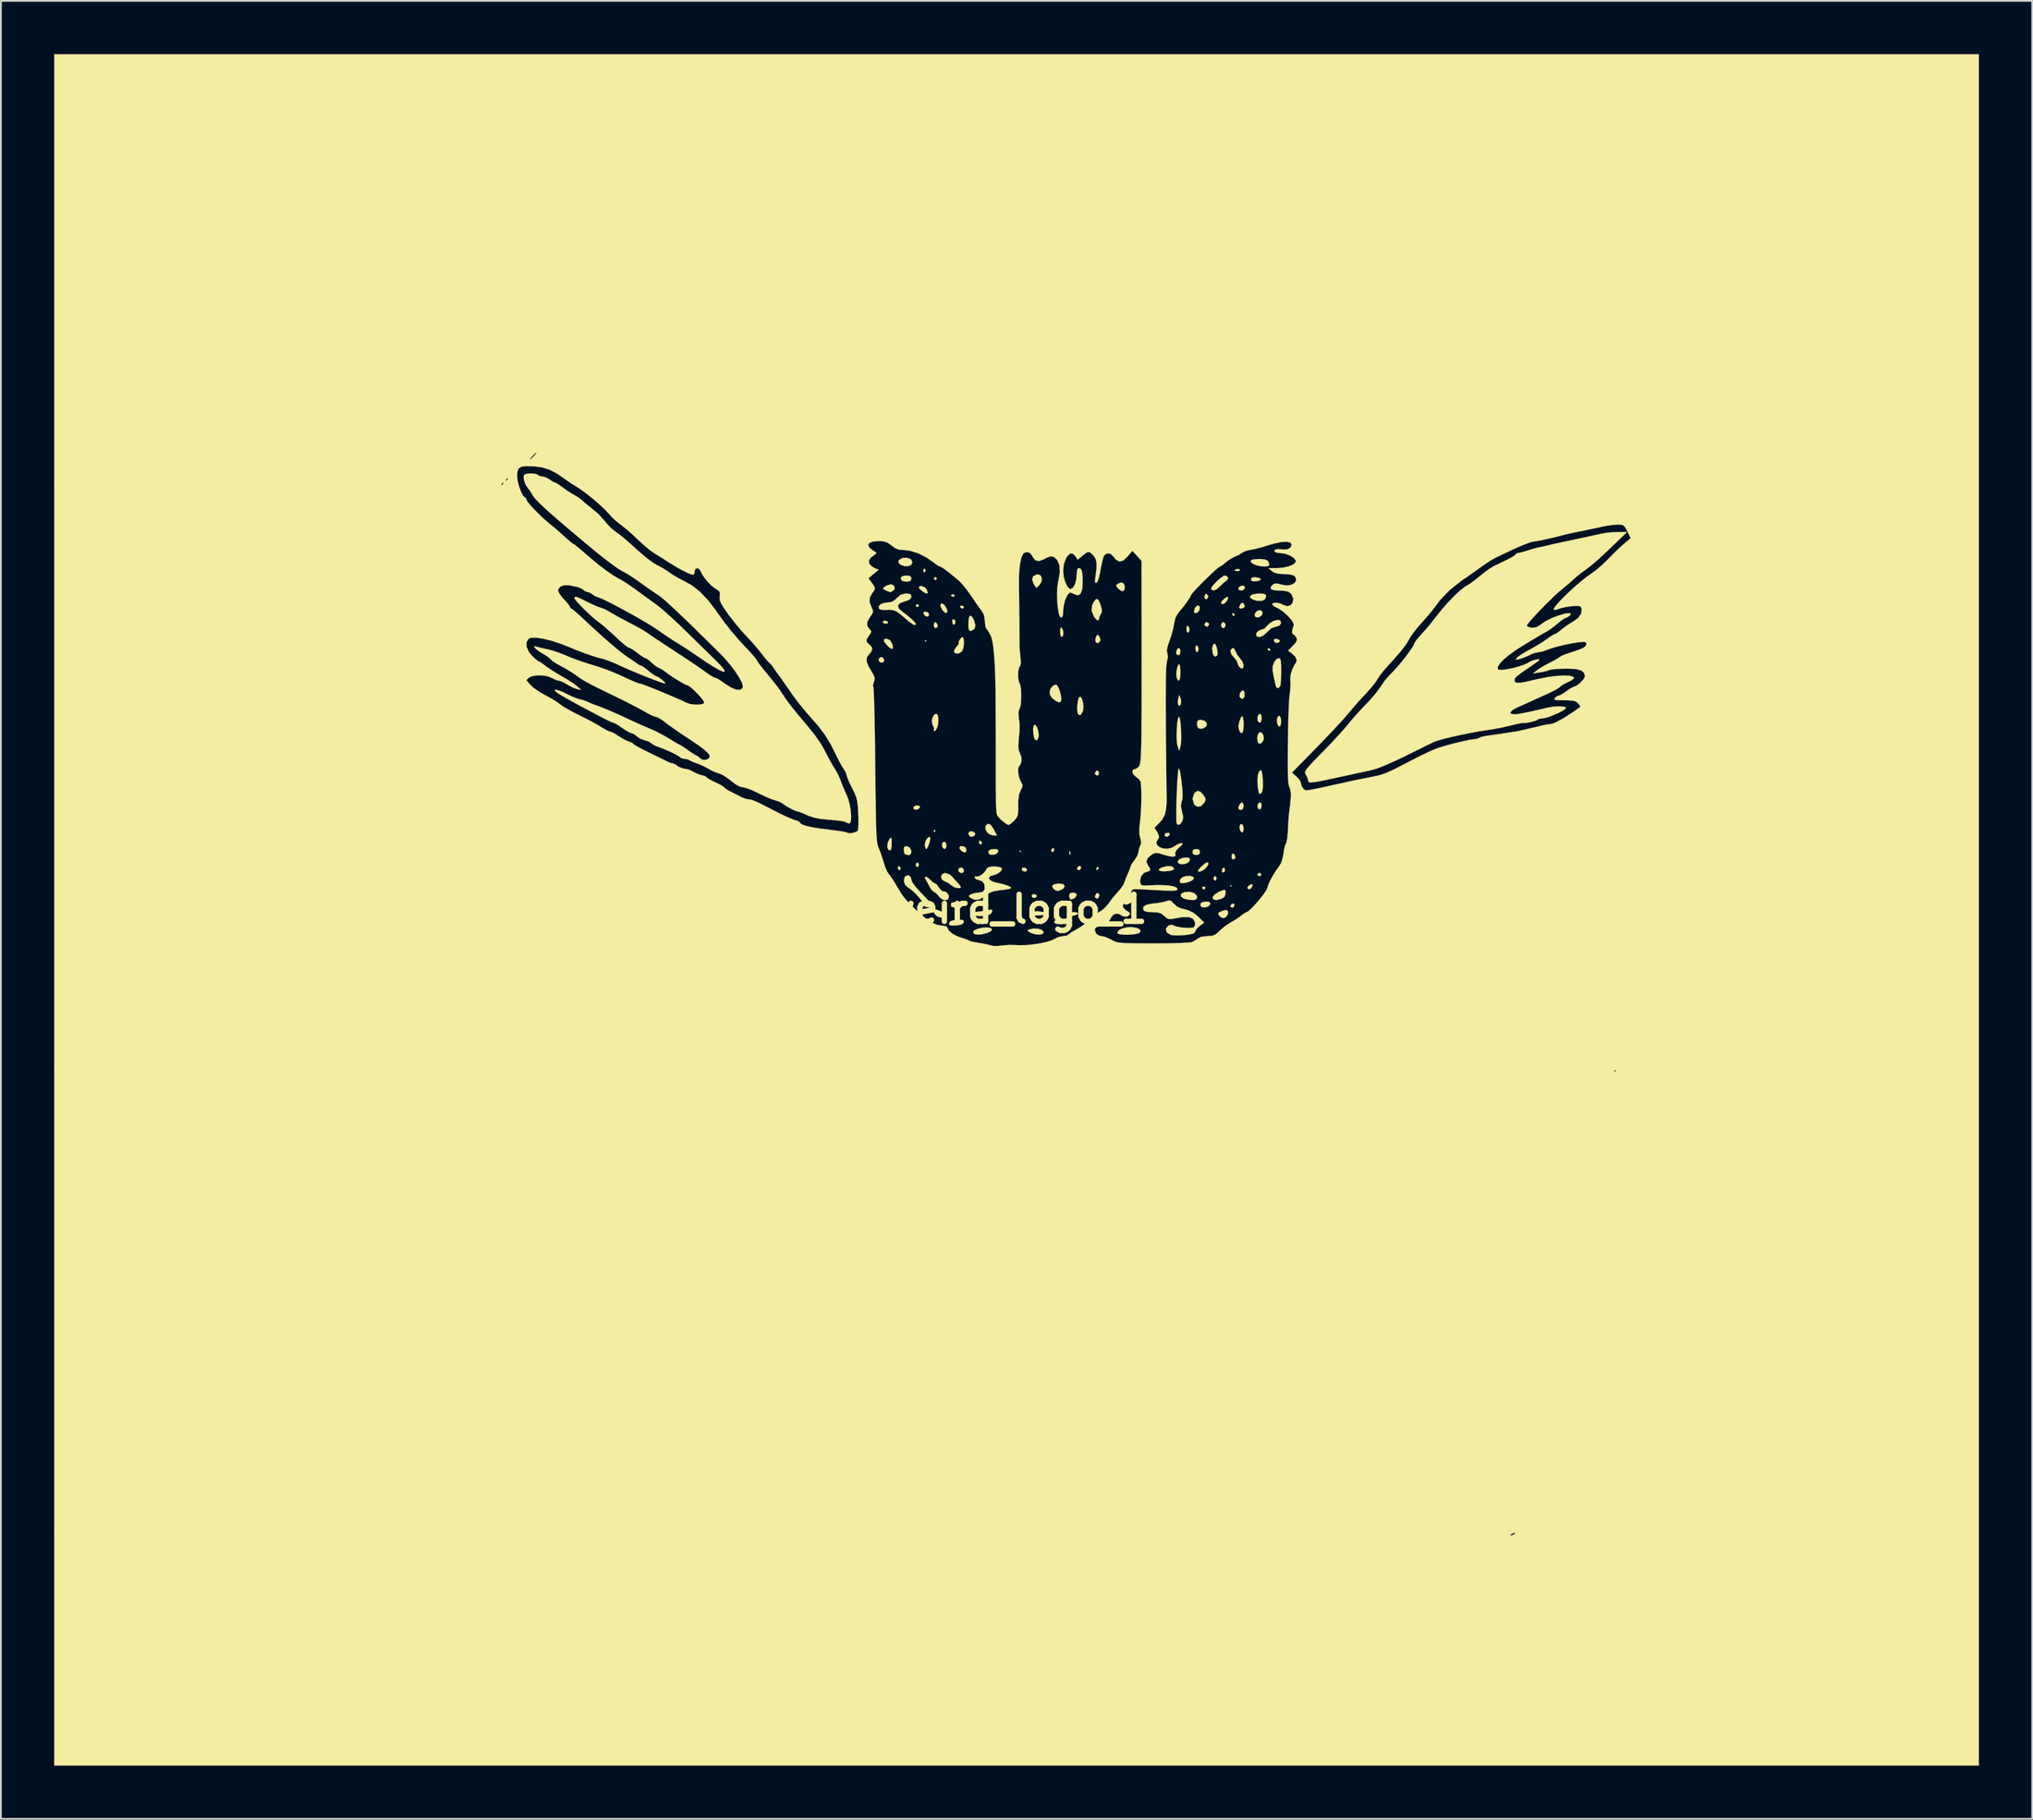
<source format=kicad_pcb>
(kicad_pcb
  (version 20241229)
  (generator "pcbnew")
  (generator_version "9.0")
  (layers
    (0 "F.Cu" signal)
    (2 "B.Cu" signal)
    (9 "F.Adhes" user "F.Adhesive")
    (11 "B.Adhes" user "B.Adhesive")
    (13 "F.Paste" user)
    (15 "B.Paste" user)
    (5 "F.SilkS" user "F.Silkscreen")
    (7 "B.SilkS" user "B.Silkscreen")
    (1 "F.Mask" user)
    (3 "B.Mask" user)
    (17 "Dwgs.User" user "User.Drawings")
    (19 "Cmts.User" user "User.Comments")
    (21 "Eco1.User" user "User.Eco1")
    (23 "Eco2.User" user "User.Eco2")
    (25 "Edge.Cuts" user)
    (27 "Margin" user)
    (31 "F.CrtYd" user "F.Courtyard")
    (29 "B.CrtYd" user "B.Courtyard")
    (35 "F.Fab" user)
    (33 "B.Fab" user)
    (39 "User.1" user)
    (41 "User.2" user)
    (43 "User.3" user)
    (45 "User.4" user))
  (footprint "weird_logo_1"
    (layer "F.Cu")
    (at 54.192 48.18)
    (property "Reference" "weird_logo_1" (at 0 0 0) (layer "F.SilkS") (effects (font (size 1.524 1.524) (thickness 0.3))))
    (attr through_hole)
    (fp_poly (pts (xy -5.08 -15.113) (xy -5.122 -15.071) (xy -5.165 -15.113) (xy -5.122 -15.155) (xy -5.08 -15.113)) (stroke (width 0.01) (type solid)) (fill yes) (layer "F.SilkS"))
    (fp_poly (pts (xy 0.254 -3.26) (xy 0.212 -3.217) (xy 0.169 -3.26) (xy 0.212 -3.302) (xy 0.254 -3.26)) (stroke (width 0.01) (type solid)) (fill yes) (layer "F.SilkS"))
    (fp_poly (pts (xy 12.107 -1.312) (xy 12.065 -1.27) (xy 12.023 -1.312) (xy 12.065 -1.355) (xy 12.107 -1.312)) (stroke (width 0.01) (type solid)) (fill yes) (layer "F.SilkS"))
    (fp_poly (pts (xy -4.6 -4.459) (xy -4.59 -4.359) (xy -4.6 -4.346) (xy -4.651 -4.358) (xy -4.657 -4.403) (xy -4.626 -4.472) (xy -4.6 -4.459)) (stroke (width 0.01) (type solid)) (fill yes) (layer "F.SilkS"))
    (fp_poly (pts (xy 3.021 -3.233) (xy 3.031 -3.101) (xy 3.014 -3.071) (xy 2.976 -3.096) (xy 2.97 -3.182) (xy 2.991 -3.272) (xy 3.021 -3.233)) (stroke (width 0.01) (type solid)) (fill yes) (layer "F.SilkS"))
    (fp_poly (pts (xy -5.163 -19.176) (xy -5.114 -19.075) (xy -5.126 -19.044) (xy -5.208 -18.969) (xy -5.248 -19.055) (xy -5.249 -19.097) (xy -5.208 -19.185) (xy -5.163 -19.176)) (stroke (width 0.01) (type solid)) (fill yes) (layer "F.SilkS"))
    (fp_poly (pts (xy -3.55 -17.734) (xy -3.475 -17.652) (xy -3.561 -17.612) (xy -3.603 -17.611) (xy -3.691 -17.652) (xy -3.682 -17.697) (xy -3.581 -17.746) (xy -3.55 -17.734)) (stroke (width 0.01) (type solid)) (fill yes) (layer "F.SilkS"))
    (fp_poly (pts (xy 3.641 -2.335) (xy 3.572 -2.219) (xy 3.507 -2.201) (xy 3.408 -2.251) (xy 3.406 -2.302) (xy 3.49 -2.414) (xy 3.592 -2.428) (xy 3.641 -2.335)) (stroke (width 0.01) (type solid)) (fill yes) (layer "F.SilkS"))
    (fp_poly (pts (xy 4.588 -7.791) (xy 4.641 -7.684) (xy 4.608 -7.558) (xy 4.53 -7.535) (xy 4.423 -7.596) (xy 4.418 -7.667) (xy 4.491 -7.797) (xy 4.588 -7.791)) (stroke (width 0.01) (type solid)) (fill yes) (layer "F.SilkS"))
    (fp_poly (pts (xy 12.277 -0.219) (xy 12.208 -0.102) (xy 12.143 -0.085) (xy 12.044 -0.134) (xy 12.042 -0.185) (xy 12.126 -0.297) (xy 12.228 -0.311) (xy 12.277 -0.219)) (stroke (width 0.01) (type solid)) (fill yes) (layer "F.SilkS"))
    (fp_poly (pts (xy -7.543 -14.186) (xy -7.458 -14.059) (xy -7.451 -14.007) (xy -7.511 -13.906) (xy -7.639 -13.894) (xy -7.752 -13.977) (xy -7.755 -14.104) (xy -7.66 -14.194) (xy -7.543 -14.186)) (stroke (width 0.01) (type solid)) (fill yes) (layer "F.SilkS"))
    (fp_poly (pts (xy -7.269 -16.204) (xy -7.239 -16.171) (xy -7.265 -16.105) (xy -7.361 -16.087) (xy -7.501 -16.121) (xy -7.535 -16.171) (xy -7.467 -16.247) (xy -7.413 -16.256) (xy -7.269 -16.204)) (stroke (width 0.01) (type solid)) (fill yes) (layer "F.SilkS"))
    (fp_poly (pts (xy -6.604 -2.413) (xy -6.523 -2.305) (xy -6.519 -2.281) (xy -6.584 -2.204) (xy -6.604 -2.201) (xy -6.678 -2.27) (xy -6.689 -2.333) (xy -6.648 -2.421) (xy -6.604 -2.413)) (stroke (width 0.01) (type solid)) (fill yes) (layer "F.SilkS"))
    (fp_poly (pts (xy -5.513 -2.556) (xy -5.503 -2.498) (xy -5.549 -2.385) (xy -5.588 -2.371) (xy -5.663 -2.439) (xy -5.673 -2.498) (xy -5.627 -2.61) (xy -5.588 -2.625) (xy -5.513 -2.556)) (stroke (width 0.01) (type solid)) (fill yes) (layer "F.SilkS"))
    (fp_poly (pts (xy -5.506 -17.123) (xy -5.503 -17.103) (xy -5.568 -17.02) (xy -5.588 -17.018) (xy -5.67 -17.082) (xy -5.673 -17.103) (xy -5.608 -17.185) (xy -5.588 -17.187) (xy -5.506 -17.123)) (stroke (width 0.01) (type solid)) (fill yes) (layer "F.SilkS"))
    (fp_poly (pts (xy -5.451 -5.8) (xy -5.44 -5.736) (xy -5.545 -5.629) (xy -5.701 -5.602) (xy -5.78 -5.639) (xy -5.805 -5.743) (xy -5.702 -5.822) (xy -5.576 -5.842) (xy -5.451 -5.8)) (stroke (width 0.01) (type solid)) (fill yes) (layer "F.SilkS"))
    (fp_poly (pts (xy -4.49 -18.647) (xy -4.487 -18.627) (xy -4.552 -18.544) (xy -4.572 -18.542) (xy -4.654 -18.606) (xy -4.657 -18.627) (xy -4.592 -18.709) (xy -4.572 -18.711) (xy -4.49 -18.647)) (stroke (width 0.01) (type solid)) (fill yes) (layer "F.SilkS"))
    (fp_poly (pts (xy -4.488 -16.104) (xy -4.442 -15.969) (xy -4.465 -15.883) (xy -4.582 -15.835) (xy -4.651 -15.933) (xy -4.657 -16.002) (xy -4.625 -16.14) (xy -4.581 -16.171) (xy -4.488 -16.104)) (stroke (width 0.01) (type solid)) (fill yes) (layer "F.SilkS"))
    (fp_poly (pts (xy -3.473 -16.292) (xy -3.442 -16.156) (xy -3.47 -16.088) (xy -3.54 -16.014) (xy -3.597 -16.094) (xy -3.604 -16.114) (xy -3.625 -16.269) (xy -3.565 -16.337) (xy -3.473 -16.292)) (stroke (width 0.01) (type solid)) (fill yes) (layer "F.SilkS"))
    (fp_poly (pts (xy -2.992 -2.265) (xy -2.963 -2.154) (xy -3.024 -2.052) (xy -3.152 -2.041) (xy -3.264 -2.124) (xy -3.266 -2.257) (xy -3.234 -2.303) (xy -3.103 -2.347) (xy -2.992 -2.265)) (stroke (width 0.01) (type solid)) (fill yes) (layer "F.SilkS"))
    (fp_poly (pts (xy -2.979 -17.058) (xy -2.963 -17.018) (xy -3.024 -16.936) (xy -3.043 -16.933) (xy -3.158 -16.995) (xy -3.175 -17.018) (xy -3.156 -17.09) (xy -3.095 -17.103) (xy -2.979 -17.058)) (stroke (width 0.01) (type solid)) (fill yes) (layer "F.SilkS"))
    (fp_poly (pts (xy -2.37 -4.319) (xy -2.328 -4.234) (xy -2.396 -4.118) (xy -2.538 -4.074) (xy -2.65 -4.118) (xy -2.716 -4.263) (xy -2.647 -4.37) (xy -2.519 -4.387) (xy -2.37 -4.319)) (stroke (width 0.01) (type solid)) (fill yes) (layer "F.SilkS"))
    (fp_poly (pts (xy -2.032 -3.852) (xy -1.951 -3.744) (xy -1.947 -3.72) (xy -2.012 -3.643) (xy -2.032 -3.641) (xy -2.106 -3.71) (xy -2.117 -3.773) (xy -2.076 -3.86) (xy -2.032 -3.852)) (stroke (width 0.01) (type solid)) (fill yes) (layer "F.SilkS"))
    (fp_poly (pts (xy 0.582 -2.247) (xy 0.593 -2.196) (xy 0.53 -2.127) (xy 0.403 -2.128) (xy 0.3 -2.195) (xy 0.311 -2.304) (xy 0.337 -2.327) (xy 0.478 -2.339) (xy 0.582 -2.247)) (stroke (width 0.01) (type solid)) (fill yes) (layer "F.SilkS"))
    (fp_poly (pts (xy 2.104 -3.41) (xy 2.117 -3.349) (xy 2.072 -3.233) (xy 2.032 -3.217) (xy 1.95 -3.278) (xy 1.947 -3.297) (xy 2.009 -3.412) (xy 2.032 -3.429) (xy 2.104 -3.41)) (stroke (width 0.01) (type solid)) (fill yes) (layer "F.SilkS"))
    (fp_poly (pts (xy 4.146 -0.363) (xy 4.149 -0.344) (xy 4.087 -0.229) (xy 4.064 -0.212) (xy 3.992 -0.231) (xy 3.979 -0.291) (xy 4.024 -0.407) (xy 4.064 -0.423) (xy 4.146 -0.363)) (stroke (width 0.01) (type solid)) (fill yes) (layer "F.SilkS"))
    (fp_poly (pts (xy 4.628 -2.319) (xy 4.614 -2.286) (xy 4.538 -2.205) (xy 4.525 -2.201) (xy 4.488 -2.267) (xy 4.487 -2.286) (xy 4.552 -2.367) (xy 4.577 -2.371) (xy 4.628 -2.319)) (stroke (width 0.01) (type solid)) (fill yes) (layer "F.SilkS"))
    (fp_poly (pts (xy 4.652 -0.82) (xy 4.657 -0.769) (xy 4.603 -0.624) (xy 4.523 -0.593) (xy 4.422 -0.656) (xy 4.418 -0.734) (xy 4.488 -0.875) (xy 4.586 -0.906) (xy 4.652 -0.82)) (stroke (width 0.01) (type solid)) (fill yes) (layer "F.SilkS"))
    (fp_poly (pts (xy 8.625 -4.223) (xy 8.597 -4.154) (xy 8.474 -4.068) (xy 8.349 -4.135) (xy 8.339 -4.149) (xy 8.358 -4.246) (xy 8.423 -4.287) (xy 8.576 -4.303) (xy 8.625 -4.223)) (stroke (width 0.01) (type solid)) (fill yes) (layer "F.SilkS"))
    (fp_poly (pts (xy 9.216 -14.629) (xy 9.229 -14.527) (xy 9.184 -14.35) (xy 9.096 -14.309) (xy 8.995 -14.373) (xy 8.99 -14.493) (xy 9.054 -14.663) (xy 9.145 -14.711) (xy 9.216 -14.629)) (stroke (width 0.01) (type solid)) (fill yes) (layer "F.SilkS"))
    (fp_poly (pts (xy 9.723 -15.84) (xy 9.737 -15.743) (xy 9.7 -15.608) (xy 9.652 -15.579) (xy 9.589 -15.651) (xy 9.567 -15.795) (xy 9.594 -15.939) (xy 9.652 -15.96) (xy 9.723 -15.84)) (stroke (width 0.01) (type solid)) (fill yes) (layer "F.SilkS"))
    (fp_poly (pts (xy 10.231 -14.74) (xy 10.245 -14.642) (xy 10.208 -14.507) (xy 10.16 -14.478) (xy 10.097 -14.551) (xy 10.075 -14.695) (xy 10.102 -14.839) (xy 10.16 -14.859) (xy 10.231 -14.74)) (stroke (width 0.01) (type solid)) (fill yes) (layer "F.SilkS"))
    (fp_poly (pts (xy 10.284 -3.347) (xy 10.329 -3.217) (xy 10.28 -3.085) (xy 10.118 -3.048) (xy 9.952 -3.088) (xy 9.906 -3.217) (xy 9.956 -3.35) (xy 10.118 -3.387) (xy 10.284 -3.347)) (stroke (width 0.01) (type solid)) (fill yes) (layer "F.SilkS"))
    (fp_poly (pts (xy 10.632 -1.23) (xy 10.626 -1.185) (xy 10.553 -1.105) (xy 10.541 -1.101) (xy 10.474 -1.16) (xy 10.456 -1.185) (xy 10.476 -1.257) (xy 10.541 -1.27) (xy 10.632 -1.23)) (stroke (width 0.01) (type solid)) (fill yes) (layer "F.SilkS"))
    (fp_poly (pts (xy 10.787 -17.655) (xy 10.795 -17.611) (xy 10.728 -17.484) (xy 10.689 -17.462) (xy 10.604 -17.502) (xy 10.583 -17.611) (xy 10.622 -17.745) (xy 10.689 -17.759) (xy 10.787 -17.655)) (stroke (width 0.01) (type solid)) (fill yes) (layer "F.SilkS"))
    (fp_poly (pts (xy 10.823 -16.104) (xy 10.837 -16.044) (xy 10.77 -15.932) (xy 10.71 -15.917) (xy 10.598 -15.985) (xy 10.583 -16.044) (xy 10.651 -16.157) (xy 10.71 -16.171) (xy 10.823 -16.104)) (stroke (width 0.01) (type solid)) (fill yes) (layer "F.SilkS"))
    (fp_poly (pts (xy 11.251 -1.794) (xy 11.261 -1.736) (xy 11.215 -1.623) (xy 11.176 -1.609) (xy 11.101 -1.677) (xy 11.091 -1.736) (xy 11.137 -1.848) (xy 11.176 -1.863) (xy 11.251 -1.794)) (stroke (width 0.01) (type solid)) (fill yes) (layer "F.SilkS"))
    (fp_poly (pts (xy 11.725 -2.288) (xy 11.732 -2.146) (xy 11.703 -2.102) (xy 11.602 -2.067) (xy 11.572 -2.092) (xy 11.569 -2.222) (xy 11.594 -2.278) (xy 11.671 -2.342) (xy 11.725 -2.288)) (stroke (width 0.01) (type solid)) (fill yes) (layer "F.SilkS"))
    (fp_poly (pts (xy 11.745 -16.101) (xy 11.769 -16.002) (xy 11.716 -15.864) (xy 11.642 -15.833) (xy 11.538 -15.903) (xy 11.515 -16.002) (xy 11.568 -16.14) (xy 11.642 -16.171) (xy 11.745 -16.101)) (stroke (width 0.01) (type solid)) (fill yes) (layer "F.SilkS"))
    (fp_poly (pts (xy 12.273 -16.618) (xy 12.277 -16.595) (xy 12.248 -16.512) (xy 12.239 -16.51) (xy 12.167 -16.569) (xy 12.15 -16.595) (xy 12.156 -16.673) (xy 12.187 -16.679) (xy 12.273 -16.618)) (stroke (width 0.01) (type solid)) (fill yes) (layer "F.SilkS"))
    (fp_poly (pts (xy 12.276 -3.065) (xy 12.322 -2.931) (xy 12.299 -2.845) (xy 12.182 -2.796) (xy 12.113 -2.895) (xy 12.107 -2.963) (xy 12.139 -3.101) (xy 12.183 -3.133) (xy 12.276 -3.065)) (stroke (width 0.01) (type solid)) (fill yes) (layer "F.SilkS"))
    (fp_poly (pts (xy 12.575 -19.132) (xy 12.575 -19.131) (xy 12.547 -19.067) (xy 12.451 -19.05) (xy 12.31 -19.064) (xy 12.277 -19.083) (xy 12.343 -19.147) (xy 12.476 -19.169) (xy 12.575 -19.132)) (stroke (width 0.01) (type solid)) (fill yes) (layer "F.SilkS"))
    (fp_poly (pts (xy 12.855 -18.161) (xy 12.827 -18.034) (xy 12.699 -17.956) (xy 12.545 -17.979) (xy 12.491 -18.03) (xy 12.515 -18.126) (xy 12.608 -18.199) (xy 12.769 -18.233) (xy 12.855 -18.161)) (stroke (width 0.01) (type solid)) (fill yes) (layer "F.SilkS"))
    (fp_poly (pts (xy 13.287 -1.356) (xy 13.279 -1.305) (xy 13.202 -1.161) (xy 13.084 -1.118) (xy 13.002 -1.177) (xy 13.025 -1.275) (xy 13.129 -1.357) (xy 13.259 -1.411) (xy 13.287 -1.356)) (stroke (width 0.01) (type solid)) (fill yes) (layer "F.SilkS"))
    (fp_poly (pts (xy 13.773 -1.979) (xy 13.784 -1.954) (xy 13.744 -1.876) (xy 13.674 -1.863) (xy 13.568 -1.906) (xy 13.563 -1.954) (xy 13.65 -2.041) (xy 13.674 -2.045) (xy 13.773 -1.979)) (stroke (width 0.01) (type solid)) (fill yes) (layer "F.SilkS"))
    (fp_poly (pts (xy 14.224 -14.69) (xy 14.305 -14.614) (xy 14.309 -14.6) (xy 14.243 -14.564) (xy 14.224 -14.563) (xy 14.143 -14.628) (xy 14.139 -14.652) (xy 14.191 -14.703) (xy 14.224 -14.69)) (stroke (width 0.01) (type solid)) (fill yes) (layer "F.SilkS"))
    (fp_poly (pts (xy 14.651 -15.225) (xy 14.791 -15.168) (xy 14.824 -15.113) (xy 14.76 -15.025) (xy 14.626 -15.001) (xy 14.537 -15.04) (xy 14.478 -15.163) (xy 14.563 -15.227) (xy 14.651 -15.225)) (stroke (width 0.01) (type solid)) (fill yes) (layer "F.SilkS"))
    (fp_poly (pts (xy -3.984 -3.732) (xy -3.945 -3.576) (xy -3.985 -3.435) (xy -4.064 -3.387) (xy -4.147 -3.454) (xy -4.185 -3.528) (xy -4.194 -3.68) (xy -4.128 -3.78) (xy -4.031 -3.782) (xy -3.984 -3.732)) (stroke (width 0.01) (type solid)) (fill yes) (layer "F.SilkS"))
    (fp_poly (pts (xy -2.892 -3.484) (xy -2.843 -3.415) (xy -2.83 -3.25) (xy -2.928 -3.193) (xy -3.069 -3.254) (xy -3.189 -3.382) (xy -3.217 -3.46) (xy -3.157 -3.543) (xy -3.024 -3.548) (xy -2.892 -3.484)) (stroke (width 0.01) (type solid)) (fill yes) (layer "F.SilkS"))
    (fp_poly (pts (xy 1.109 -0.801) (xy 1.138 -0.771) (xy 1.119 -0.688) (xy 1.014 -0.633) (xy 0.906 -0.648) (xy 0.897 -0.655) (xy 0.849 -0.776) (xy 0.941 -0.845) (xy 0.969 -0.847) (xy 1.109 -0.801)) (stroke (width 0.01) (type solid)) (fill yes) (layer "F.SilkS"))
    (fp_poly (pts (xy 9.238 -11.867) (xy 9.268 -11.697) (xy 9.245 -11.546) (xy 9.188 -11.464) (xy 9.113 -11.497) (xy 9.105 -11.509) (xy 9.079 -11.659) (xy 9.103 -11.837) (xy 9.162 -12.065) (xy 9.238 -11.867)) (stroke (width 0.01) (type solid)) (fill yes) (layer "F.SilkS"))
    (fp_poly (pts (xy 12.706 -4.78) (xy 12.765 -4.674) (xy 12.783 -4.51) (xy 12.758 -4.366) (xy 12.706 -4.318) (xy 12.62 -4.388) (xy 12.573 -4.487) (xy 12.555 -4.667) (xy 12.608 -4.781) (xy 12.706 -4.78)) (stroke (width 0.01) (type solid)) (fill yes) (layer "F.SilkS"))
    (fp_poly (pts (xy 12.764 -5.939) (xy 12.785 -5.8) (xy 12.733 -5.634) (xy 12.612 -5.584) (xy 12.505 -5.641) (xy 12.497 -5.749) (xy 12.564 -5.896) (xy 12.664 -6) (xy 12.703 -6.011) (xy 12.764 -5.939)) (stroke (width 0.01) (type solid)) (fill yes) (layer "F.SilkS"))
    (fp_poly (pts (xy 13.786 -5.945) (xy 13.796 -5.803) (xy 13.752 -5.666) (xy 13.715 -5.63) (xy 13.618 -5.648) (xy 13.581 -5.706) (xy 13.572 -5.879) (xy 13.66 -5.996) (xy 13.721 -6.011) (xy 13.786 -5.945)) (stroke (width 0.01) (type solid)) (fill yes) (layer "F.SilkS"))
    (fp_poly (pts (xy -7.128 -15.158) (xy -6.996 -14.928) (xy -6.983 -14.879) (xy -6.964 -14.699) (xy -7.033 -14.663) (xy -7.19 -14.77) (xy -7.309 -14.886) (xy -7.457 -15.08) (xy -7.462 -15.2) (xy -7.331 -15.239) (xy -7.128 -15.158)) (stroke (width 0.01) (type solid)) (fill yes) (layer "F.SilkS"))
    (fp_poly (pts (xy -5.307 -18.194) (xy -5.16 -18.125) (xy -5.083 -18.04) (xy -5.004 -17.849) (xy -5.039 -17.782) (xy -5.188 -17.841) (xy -5.313 -17.922) (xy -5.453 -18.044) (xy -5.503 -18.129) (xy -5.443 -18.2) (xy -5.307 -18.194)) (stroke (width 0.01) (type solid)) (fill yes) (layer "F.SilkS"))
    (fp_poly (pts (xy -5.061 -16.75) (xy -4.952 -16.678) (xy -4.948 -16.672) (xy -4.935 -16.546) (xy -5.023 -16.481) (xy -5.146 -16.526) (xy -5.148 -16.527) (xy -5.237 -16.651) (xy -5.249 -16.696) (xy -5.188 -16.758) (xy -5.061 -16.75)) (stroke (width 0.01) (type solid)) (fill yes) (layer "F.SilkS"))
    (fp_poly (pts (xy -3.375 -0.333) (xy -3.302 -0.208) (xy -3.302 -0.203) (xy -3.367 -0.112) (xy -3.51 -0.088) (xy -3.651 -0.136) (xy -3.688 -0.177) (xy -3.691 -0.311) (xy -3.664 -0.349) (xy -3.525 -0.391) (xy -3.375 -0.333)) (stroke (width 0.01) (type solid)) (fill yes) (layer "F.SilkS"))
    (fp_poly (pts (xy -1.078 -3.364) (xy -1.027 -3.28) (xy -1.032 -3.239) (xy -1.125 -3.125) (xy -1.3 -3.063) (xy -1.478 -3.069) (xy -1.563 -3.128) (xy -1.582 -3.269) (xy -1.456 -3.361) (xy -1.259 -3.387) (xy -1.078 -3.364)) (stroke (width 0.01) (type solid)) (fill yes) (layer "F.SilkS"))
    (fp_poly (pts (xy 2.533 -15.871) (xy 2.613 -15.717) (xy 2.638 -15.528) (xy 2.602 -15.38) (xy 2.561 -15.347) (xy 2.485 -15.387) (xy 2.456 -15.581) (xy 2.455 -15.631) (xy 2.472 -15.827) (xy 2.517 -15.882) (xy 2.533 -15.871)) (stroke (width 0.01) (type solid)) (fill yes) (layer "F.SilkS"))
    (fp_poly (pts (xy 3.344 -0.888) (xy 3.387 -0.807) (xy 3.327 -0.683) (xy 3.194 -0.581) (xy 3.059 -0.548) (xy 3.017 -0.567) (xy 2.971 -0.689) (xy 2.963 -0.776) (xy 3.021 -0.9) (xy 3.175 -0.931) (xy 3.344 -0.888)) (stroke (width 0.01) (type solid)) (fill yes) (layer "F.SilkS"))
    (fp_poly (pts (xy 3.396 0.191) (xy 3.471 0.243) (xy 3.471 0.244) (xy 3.4 0.311) (xy 3.243 0.362) (xy 3.081 0.378) (xy 3.008 0.355) (xy 2.964 0.247) (xy 3.073 0.182) (xy 3.217 0.169) (xy 3.396 0.191)) (stroke (width 0.01) (type solid)) (fill yes) (layer "F.SilkS"))
    (fp_poly (pts (xy 4.605 -15.426) (xy 4.65 -15.376) (xy 4.72 -15.208) (xy 4.711 -15.114) (xy 4.609 -14.997) (xy 4.486 -15.019) (xy 4.45 -15.063) (xy 4.439 -15.195) (xy 4.471 -15.324) (xy 4.533 -15.45) (xy 4.605 -15.426)) (stroke (width 0.01) (type solid)) (fill yes) (layer "F.SilkS"))
    (fp_poly (pts (xy 6.046 -18.336) (xy 6.096 -18.157) (xy 6.056 -17.959) (xy 5.945 -17.912) (xy 5.772 -18.02) (xy 5.748 -18.044) (xy 5.627 -18.179) (xy 5.623 -18.261) (xy 5.71 -18.337) (xy 5.904 -18.409) (xy 6.046 -18.336)) (stroke (width 0.01) (type solid)) (fill yes) (layer "F.SilkS"))
    (fp_poly (pts (xy 10.315 -17.057) (xy 10.309 -16.906) (xy 10.278 -16.813) (xy 10.188 -16.711) (xy 10.068 -16.679) (xy 9.994 -16.733) (xy 9.991 -16.757) (xy 10.038 -16.956) (xy 10.149 -17.085) (xy 10.211 -17.103) (xy 10.315 -17.057)) (stroke (width 0.01) (type solid)) (fill yes) (layer "F.SilkS"))
    (fp_poly (pts (xy 10.86 -0.4) (xy 10.911 -0.316) (xy 10.906 -0.275) (xy 10.813 -0.162) (xy 10.638 -0.099) (xy 10.46 -0.105) (xy 10.375 -0.164) (xy 10.356 -0.305) (xy 10.482 -0.397) (xy 10.679 -0.423) (xy 10.86 -0.4)) (stroke (width 0.01) (type solid)) (fill yes) (layer "F.SilkS"))
    (fp_poly (pts (xy 11.903 -17.489) (xy 11.822 -17.344) (xy 11.705 -17.223) (xy 11.621 -17.187) (xy 11.522 -17.232) (xy 11.515 -17.259) (xy 11.569 -17.365) (xy 11.692 -17.488) (xy 11.824 -17.58) (xy 11.902 -17.59) (xy 11.903 -17.489)) (stroke (width 0.01) (type solid)) (fill yes) (layer "F.SilkS"))
    (fp_poly (pts (xy 12.791 -17.215) (xy 12.847 -17.082) (xy 12.832 -17.025) (xy 12.729 -16.951) (xy 12.601 -16.937) (xy 12.532 -16.989) (xy 12.532 -16.997) (xy 12.574 -17.116) (xy 12.613 -17.187) (xy 12.707 -17.265) (xy 12.791 -17.215)) (stroke (width 0.01) (type solid)) (fill yes) (layer "F.SilkS"))
    (fp_poly (pts (xy 12.802 -12.266) (xy 12.824 -12.202) (xy 12.84 -12.012) (xy 12.78 -11.884) (xy 12.68 -11.85) (xy 12.58 -11.941) (xy 12.559 -11.987) (xy 12.571 -12.148) (xy 12.637 -12.25) (xy 12.743 -12.331) (xy 12.802 -12.266)) (stroke (width 0.01) (type solid)) (fill yes) (layer "F.SilkS"))
    (fp_poly (pts (xy 13.775 -10.933) (xy 13.801 -10.756) (xy 13.801 -10.753) (xy 13.767 -10.564) (xy 13.689 -10.5) (xy 13.6 -10.577) (xy 13.577 -10.626) (xy 13.561 -10.805) (xy 13.623 -10.956) (xy 13.713 -11.007) (xy 13.775 -10.933)) (stroke (width 0.01) (type solid)) (fill yes) (layer "F.SilkS"))
    (fp_poly (pts (xy 13.823 -16.788) (xy 13.85 -16.648) (xy 13.798 -16.549) (xy 13.635 -16.438) (xy 13.476 -16.455) (xy 13.417 -16.514) (xy 13.419 -16.644) (xy 13.52 -16.779) (xy 13.665 -16.848) (xy 13.679 -16.849) (xy 13.823 -16.788)) (stroke (width 0.01) (type solid)) (fill yes) (layer "F.SilkS"))
    (fp_poly (pts (xy 14.816 -10.88) (xy 14.88 -10.76) (xy 14.899 -10.562) (xy 14.873 -10.374) (xy 14.819 -10.289) (xy 14.742 -10.32) (xy 14.683 -10.453) (xy 14.661 -10.668) (xy 14.697 -10.831) (xy 14.777 -10.893) (xy 14.816 -10.88)) (stroke (width 0.01) (type solid)) (fill yes) (layer "F.SilkS"))
    (fp_poly (pts (xy -4.869 -4.05) (xy -4.859 -3.945) (xy -4.9 -3.76) (xy -4.969 -3.562) (xy -5.043 -3.418) (xy -5.084 -3.387) (xy -5.142 -3.46) (xy -5.165 -3.63) (xy -5.127 -3.813) (xy -5.039 -3.975) (xy -4.935 -4.063) (xy -4.869 -4.05)) (stroke (width 0.01) (type solid)) (fill yes) (layer "F.SilkS"))
    (fp_poly (pts (xy -4.045 -17.109) (xy -4.031 -17.091) (xy -3.93 -16.91) (xy -3.895 -16.787) (xy -3.937 -16.687) (xy -4.042 -16.716) (xy -4.18 -16.864) (xy -4.202 -16.895) (xy -4.283 -17.085) (xy -4.266 -17.206) (xy -4.177 -17.224) (xy -4.045 -17.109)) (stroke (width 0.01) (type solid)) (fill yes) (layer "F.SilkS"))
    (fp_poly (pts (xy -1.462 -4.751) (xy -1.309 -4.541) (xy -1.282 -4.491) (xy -1.103 -4.149) (xy -1.301 -4.149) (xy -1.509 -4.21) (xy -1.645 -4.312) (xy -1.75 -4.505) (xy -1.743 -4.687) (xy -1.629 -4.799) (xy -1.597 -4.808) (xy -1.462 -4.751)) (stroke (width 0.01) (type solid)) (fill yes) (layer "F.SilkS"))
    (fp_poly (pts (xy 1.33 -18.825) (xy 1.414 -18.681) (xy 1.411 -18.486) (xy 1.311 -18.293) (xy 1.29 -18.27) (xy 1.118 -18.098) (xy 0.967 -18.329) (xy 0.877 -18.568) (xy 0.937 -18.754) (xy 1.136 -18.859) (xy 1.17 -18.865) (xy 1.33 -18.825)) (stroke (width 0.01) (type solid)) (fill yes) (layer "F.SilkS"))
    (fp_poly (pts (xy 2.643 -1.396) (xy 2.713 -1.292) (xy 2.633 -1.161) (xy 2.546 -1.104) (xy 2.336 -1.024) (xy 2.176 -1.068) (xy 2.074 -1.155) (xy 1.998 -1.293) (xy 2.081 -1.387) (xy 2.316 -1.434) (xy 2.434 -1.438) (xy 2.643 -1.396)) (stroke (width 0.01) (type solid)) (fill yes) (layer "F.SilkS"))
    (fp_poly (pts (xy 11.209 -14.908) (xy 11.269 -14.75) (xy 11.31 -14.549) (xy 11.316 -14.37) (xy 11.295 -14.295) (xy 11.192 -14.225) (xy 11.092 -14.304) (xy 11.043 -14.429) (xy 11.014 -14.697) (xy 11.064 -14.893) (xy 11.143 -14.961) (xy 11.209 -14.908)) (stroke (width 0.01) (type solid)) (fill yes) (layer "F.SilkS"))
    (fp_poly (pts (xy 12.754 -10.798) (xy 12.782 -10.561) (xy 12.785 -10.419) (xy 12.767 -10.098) (xy 12.716 -9.934) (xy 12.634 -9.929) (xy 12.537 -10.063) (xy 12.497 -10.31) (xy 12.537 -10.526) (xy 12.626 -10.782) (xy 12.7 -10.872) (xy 12.754 -10.798)) (stroke (width 0.01) (type solid)) (fill yes) (layer "F.SilkS"))
    (fp_poly (pts (xy 13.811 -9.937) (xy 13.896 -9.798) (xy 13.921 -9.614) (xy 13.885 -9.483) (xy 13.76 -9.336) (xy 13.642 -9.34) (xy 13.58 -9.434) (xy 13.551 -9.633) (xy 13.587 -9.834) (xy 13.672 -9.96) (xy 13.689 -9.968) (xy 13.811 -9.937)) (stroke (width 0.01) (type solid)) (fill yes) (layer "F.SilkS"))
    (fp_poly (pts (xy -7.045 -4.004) (xy -7.032 -3.851) (xy -7.03 -3.704) (xy -7.048 -3.425) (xy -7.107 -3.307) (xy -7.21 -3.344) (xy -7.225 -3.358) (xy -7.279 -3.515) (xy -7.254 -3.735) (xy -7.158 -3.941) (xy -7.157 -3.942) (xy -7.083 -4.026) (xy -7.045 -4.004)) (stroke (width 0.01) (type solid)) (fill yes) (layer "F.SilkS"))
    (fp_poly (pts (xy -6.91 -18.236) (xy -6.858 -18.068) (xy -6.922 -17.969) (xy -7.052 -17.884) (xy -7.14 -17.87) (xy -7.219 -17.902) (xy -7.345 -17.952) (xy -7.499 -18.03) (xy -7.507 -18.103) (xy -7.365 -18.201) (xy -7.294 -18.239) (xy -7.065 -18.302) (xy -6.91 -18.236)) (stroke (width 0.01) (type solid)) (fill yes) (layer "F.SilkS"))
    (fp_poly (pts (xy -6.16 -3.541) (xy -6.016 -3.463) (xy -5.937 -3.317) (xy -5.932 -3.164) (xy -6.01 -3.062) (xy -6.076 -3.048) (xy -6.24 -3.075) (xy -6.294 -3.104) (xy -6.338 -3.225) (xy -6.35 -3.364) (xy -6.318 -3.515) (xy -6.193 -3.545) (xy -6.16 -3.541)) (stroke (width 0.01) (type solid)) (fill yes) (layer "F.SilkS"))
    (fp_poly (pts (xy -6.019 -18.777) (xy -5.936 -18.703) (xy -5.927 -18.627) (xy -5.969 -18.5) (xy -6.125 -18.458) (xy -6.167 -18.457) (xy -6.36 -18.475) (xy -6.463 -18.514) (xy -6.53 -18.652) (xy -6.448 -18.754) (xy -6.238 -18.796) (xy -6.223 -18.796) (xy -6.019 -18.777)) (stroke (width 0.01) (type solid)) (fill yes) (layer "F.SilkS"))
    (fp_poly (pts (xy 2.632 0.62) (xy 2.709 0.708) (xy 2.709 0.72) (xy 2.645 0.814) (xy 2.44 0.846) (xy 2.413 0.847) (xy 2.194 0.819) (xy 2.117 0.731) (xy 2.117 0.72) (xy 2.181 0.626) (xy 2.386 0.593) (xy 2.413 0.593) (xy 2.632 0.62)) (stroke (width 0.01) (type solid)) (fill yes) (layer "F.SilkS"))
    (fp_poly (pts (xy 9.671 -2.896) (xy 9.769 -2.836) (xy 9.734 -2.705) (xy 9.732 -2.7) (xy 9.61 -2.591) (xy 9.427 -2.536) (xy 9.239 -2.536) (xy 9.105 -2.592) (xy 9.075 -2.684) (xy 9.175 -2.812) (xy 9.376 -2.894) (xy 9.612 -2.907) (xy 9.671 -2.896)) (stroke (width 0.01) (type solid)) (fill yes) (layer "F.SilkS"))
    (fp_poly (pts (xy 9.929 -1.828) (xy 9.991 -1.741) (xy 9.917 -1.639) (xy 9.736 -1.546) (xy 9.513 -1.481) (xy 9.309 -1.463) (xy 9.195 -1.501) (xy 9.193 -1.602) (xy 9.235 -1.704) (xy 9.356 -1.804) (xy 9.552 -1.86) (xy 9.763 -1.869) (xy 9.929 -1.828)) (stroke (width 0.01) (type solid)) (fill yes) (layer "F.SilkS"))
    (fp_poly (pts (xy 10.577 -10.618) (xy 10.701 -10.495) (xy 10.701 -10.339) (xy 10.668 -10.287) (xy 10.503 -10.181) (xy 10.312 -10.168) (xy 10.216 -10.216) (xy 10.172 -10.338) (xy 10.16 -10.47) (xy 10.201 -10.624) (xy 10.353 -10.668) (xy 10.361 -10.668) (xy 10.577 -10.618)) (stroke (width 0.01) (type solid)) (fill yes) (layer "F.SilkS"))
    (fp_poly (pts (xy 10.789 -2.622) (xy 10.796 -2.514) (xy 10.701 -2.366) (xy 10.547 -2.222) (xy 10.378 -2.13) (xy 10.303 -2.117) (xy 10.219 -2.133) (xy 10.235 -2.2) (xy 10.36 -2.345) (xy 10.423 -2.41) (xy 10.625 -2.586) (xy 10.761 -2.636) (xy 10.789 -2.622)) (stroke (width 0.01) (type solid)) (fill yes) (layer "F.SilkS"))
    (fp_poly (pts (xy 11.885 0.085) (xy 11.909 0.131) (xy 11.897 0.297) (xy 11.786 0.45) (xy 11.648 0.508) (xy 11.505 0.453) (xy 11.447 0.406) (xy 11.356 0.279) (xy 11.403 0.186) (xy 11.601 0.097) (xy 11.603 0.096) (xy 11.792 0.048) (xy 11.885 0.085)) (stroke (width 0.01) (type solid)) (fill yes) (layer "F.SilkS"))
    (fp_poly (pts (xy 13.483 -18.696) (xy 13.671 -18.655) (xy 13.758 -18.591) (xy 13.758 -18.584) (xy 13.684 -18.52) (xy 13.504 -18.475) (xy 13.483 -18.473) (xy 13.286 -18.476) (xy 13.212 -18.547) (xy 13.208 -18.584) (xy 13.252 -18.679) (xy 13.408 -18.701) (xy 13.483 -18.696)) (stroke (width 0.01) (type solid)) (fill yes) (layer "F.SilkS"))
    (fp_poly (pts (xy -5.977 -19.731) (xy -5.927 -19.685) (xy -5.866 -19.529) (xy -5.933 -19.406) (xy -6.088 -19.332) (xy -6.292 -19.324) (xy -6.503 -19.397) (xy -6.553 -19.431) (xy -6.66 -19.544) (xy -6.628 -19.655) (xy -6.606 -19.682) (xy -6.425 -19.787) (xy -6.187 -19.803) (xy -5.977 -19.731)) (stroke (width 0.01) (type solid)) (fill yes) (layer "F.SilkS"))
    (fp_poly (pts (xy -4.464 0.043) (xy -4.251 0.131) (xy -4.059 0.236) (xy -3.947 0.328) (xy -3.937 0.352) (xy -4.006 0.452) (xy -4.178 0.481) (xy -4.399 0.435) (xy -4.466 0.406) (xy -4.613 0.278) (xy -4.657 0.156) (xy -4.647 0.026) (xy -4.636 0.001) (xy -4.464 0.043)) (stroke (width 0.01) (type solid)) (fill yes) (layer "F.SilkS"))
    (fp_poly (pts (xy -2.543 -16.512) (xy -2.424 -16.332) (xy -2.403 -16.29) (xy -2.319 -16.001) (xy -2.369 -15.794) (xy -2.551 -15.682) (xy -2.57 -15.678) (xy -2.654 -15.691) (xy -2.696 -15.797) (xy -2.709 -16.03) (xy -2.709 -16.075) (xy -2.69 -16.381) (xy -2.633 -16.528) (xy -2.543 -16.512)) (stroke (width 0.01) (type solid)) (fill yes) (layer "F.SilkS"))
    (fp_poly (pts (xy -1.45 1.074) (xy -1.384 1.146) (xy -1.438 1.238) (xy -1.635 1.337) (xy -1.927 1.414) (xy -2.192 1.437) (xy -2.373 1.402) (xy -2.399 1.383) (xy -2.451 1.275) (xy -2.359 1.181) (xy -2.134 1.096) (xy -1.85 1.037) (xy -1.614 1.034) (xy -1.45 1.074)) (stroke (width 0.01) (type solid)) (fill yes) (layer "F.SilkS"))
    (fp_poly (pts (xy 1.033 -10.394) (xy 1.129 -10.288) (xy 1.206 -10.08) (xy 1.244 -9.84) (xy 1.238 -9.704) (xy 1.172 -9.539) (xy 1.075 -9.52) (xy 0.99 -9.654) (xy 0.986 -9.67) (xy 0.94 -9.926) (xy 0.933 -10.165) (xy 0.964 -10.338) (xy 1.027 -10.396) (xy 1.033 -10.394)) (stroke (width 0.01) (type solid)) (fill yes) (layer "F.SilkS"))
    (fp_poly (pts (xy 1.219 1.107) (xy 1.425 1.175) (xy 1.522 1.291) (xy 1.524 1.314) (xy 1.453 1.402) (xy 1.274 1.436) (xy 1.04 1.414) (xy 0.805 1.338) (xy 0.762 1.315) (xy 0.63 1.224) (xy 0.645 1.167) (xy 0.677 1.153) (xy 0.954 1.097) (xy 1.219 1.107)) (stroke (width 0.01) (type solid)) (fill yes) (layer "F.SilkS"))
    (fp_poly (pts (xy 8.724 -2.412) (xy 8.85 -2.33) (xy 8.867 -2.258) (xy 8.77 -2.193) (xy 8.569 -2.149) (xy 8.332 -2.13) (xy 8.123 -2.142) (xy 8.009 -2.189) (xy 8.008 -2.19) (xy 8.039 -2.267) (xy 8.184 -2.343) (xy 8.387 -2.402) (xy 8.595 -2.427) (xy 8.724 -2.412)) (stroke (width 0.01) (type solid)) (fill yes) (layer "F.SilkS"))
    (fp_poly (pts (xy 9.195 -13.724) (xy 9.222 -13.527) (xy 9.229 -13.335) (xy 9.211 -13.054) (xy 9.164 -12.897) (xy 9.099 -12.878) (xy 9.026 -13.013) (xy 9.018 -13.035) (xy 8.997 -13.217) (xy 9.015 -13.444) (xy 9.06 -13.654) (xy 9.123 -13.784) (xy 9.153 -13.801) (xy 9.195 -13.724)) (stroke (width 0.01) (type solid)) (fill yes) (layer "F.SilkS"))
    (fp_poly (pts (xy 10.006 -0.9) (xy 10.143 -0.761) (xy 10.16 -0.679) (xy 10.126 -0.559) (xy 9.994 -0.515) (xy 9.885 -0.513) (xy 9.625 -0.541) (xy 9.419 -0.595) (xy 9.258 -0.71) (xy 9.252 -0.836) (xy 9.397 -0.938) (xy 9.483 -0.961) (xy 9.771 -0.973) (xy 10.006 -0.9)) (stroke (width 0.01) (type solid)) (fill yes) (layer "F.SilkS"))
    (fp_poly (pts (xy 10.365 -6.605) (xy 10.546 -6.397) (xy 10.637 -6.23) (xy 10.626 -6.1) (xy 10.549 -5.969) (xy 10.372 -5.8) (xy 10.18 -5.77) (xy 10.019 -5.88) (xy 9.994 -5.921) (xy 9.913 -6.222) (xy 9.999 -6.504) (xy 10.032 -6.551) (xy 10.189 -6.662) (xy 10.365 -6.605)) (stroke (width 0.01) (type solid)) (fill yes) (layer "F.SilkS"))
    (fp_poly (pts (xy 11.767 -1.019) (xy 11.769 -0.887) (xy 11.708 -0.691) (xy 11.551 -0.591) (xy 11.253 -0.512) (xy 11.077 -0.551) (xy 11.069 -0.559) (xy 11.045 -0.681) (xy 11.155 -0.826) (xy 11.373 -0.961) (xy 11.408 -0.977) (xy 11.629 -1.066) (xy 11.734 -1.084) (xy 11.767 -1.019)) (stroke (width 0.01) (type solid)) (fill yes) (layer "F.SilkS"))
    (fp_poly (pts (xy 13.892 -17.77) (xy 14.016 -17.729) (xy 14.054 -17.643) (xy 14.055 -17.62) (xy 13.984 -17.455) (xy 13.798 -17.372) (xy 13.531 -17.379) (xy 13.315 -17.443) (xy 13.164 -17.544) (xy 13.161 -17.646) (xy 13.29 -17.73) (xy 13.531 -17.776) (xy 13.64 -17.78) (xy 13.892 -17.77)) (stroke (width 0.01) (type solid)) (fill yes) (layer "F.SilkS"))
    (fp_poly (pts (xy -2.997 0.628) (xy -2.973 0.701) (xy -2.978 0.736) (xy -3.04 0.836) (xy -3.202 0.893) (xy -3.416 0.915) (xy -3.661 0.923) (xy -3.776 0.896) (xy -3.8 0.823) (xy -3.795 0.788) (xy -3.734 0.688) (xy -3.571 0.631) (xy -3.358 0.609) (xy -3.113 0.601) (xy -2.997 0.628)) (stroke (width 0.01) (type solid)) (fill yes) (layer "F.SilkS"))
    (fp_poly (pts (xy 1.228 0.125) (xy 1.458 0.161) (xy 1.587 0.168) (xy 1.736 0.198) (xy 1.778 0.246) (xy 1.703 0.295) (xy 1.519 0.333) (xy 1.285 0.354) (xy 1.06 0.354) (xy 0.903 0.33) (xy 0.87 0.308) (xy 0.882 0.209) (xy 1.005 0.135) (xy 1.178 0.116) (xy 1.228 0.125)) (stroke (width 0.01) (type solid)) (fill yes) (layer "F.SilkS"))
    (fp_poly (pts (xy 2.262 -12.63) (xy 2.341 -12.517) (xy 2.429 -12.3) (xy 2.468 -12.169) (xy 2.525 -11.857) (xy 2.491 -11.686) (xy 2.369 -11.656) (xy 2.198 -11.743) (xy 1.982 -11.917) (xy 1.884 -12.082) (xy 1.864 -12.242) (xy 1.916 -12.424) (xy 2.04 -12.575) (xy 2.186 -12.646) (xy 2.262 -12.63)) (stroke (width 0.01) (type solid)) (fill yes) (layer "F.SilkS"))
    (fp_poly (pts (xy 3.687 -11.834) (xy 3.74 -11.638) (xy 3.764 -11.412) (xy 3.747 -11.203) (xy 3.728 -11.142) (xy 3.625 -10.964) (xy 3.521 -10.933) (xy 3.447 -11.031) (xy 3.418 -11.219) (xy 3.423 -11.476) (xy 3.456 -11.732) (xy 3.511 -11.916) (xy 3.534 -11.95) (xy 3.614 -11.953) (xy 3.687 -11.834)) (stroke (width 0.01) (type solid)) (fill yes) (layer "F.SilkS"))
    (fp_poly (pts (xy 13.977 -19.705) (xy 14.15 -19.627) (xy 14.219 -19.472) (xy 14.224 -19.382) (xy 14.151 -19.325) (xy 13.969 -19.308) (xy 13.733 -19.328) (xy 13.496 -19.381) (xy 13.354 -19.438) (xy 13.189 -19.559) (xy 13.189 -19.649) (xy 13.347 -19.707) (xy 13.661 -19.727) (xy 13.67 -19.727) (xy 13.977 -19.705)) (stroke (width 0.01) (type solid)) (fill yes) (layer "F.SilkS"))
    (fp_poly (pts (xy -4.441 -10.934) (xy -4.405 -10.752) (xy -4.409 -10.517) (xy -4.45 -10.285) (xy -4.527 -10.113) (xy -4.62 -10.025) (xy -4.654 -10.054) (xy -4.647 -10.168) (xy -4.642 -10.181) (xy -4.666 -10.262) (xy -4.727 -10.388) (xy -4.77 -10.588) (xy -4.729 -10.8) (xy -4.626 -10.96) (xy -4.516 -11.007) (xy -4.441 -10.934)) (stroke (width 0.01) (type solid)) (fill yes) (layer "F.SilkS"))
    (fp_poly (pts (xy -1.366 0.114) (xy -1.428 0.239) (xy -1.562 0.32) (xy -1.807 0.373) (xy -2.107 0.39) (xy -2.392 0.367) (xy -2.581 0.314) (xy -2.611 0.253) (xy -2.493 0.196) (xy -2.237 0.152) (xy -2.18 0.146) (xy -1.885 0.112) (xy -1.634 0.067) (xy -1.545 0.044) (xy -1.39 0.025) (xy -1.366 0.114)) (stroke (width 0.01) (type solid)) (fill yes) (layer "F.SilkS"))
    (fp_poly (pts (xy 11.878 -18.738) (xy 11.905 -18.614) (xy 11.814 -18.505) (xy 11.652 -18.382) (xy 11.464 -18.202) (xy 11.446 -18.182) (xy 11.225 -17.993) (xy 11.054 -17.96) (xy 10.961 -18.039) (xy 10.989 -18.137) (xy 11.112 -18.298) (xy 11.29 -18.483) (xy 11.484 -18.653) (xy 11.653 -18.768) (xy 11.735 -18.796) (xy 11.878 -18.738)) (stroke (width 0.01) (type solid)) (fill yes) (layer "F.SilkS"))
    (fp_poly (pts (xy 4.656 -17.333) (xy 4.741 -17.104) (xy 4.805 -16.857) (xy 4.792 -16.712) (xy 4.756 -16.66) (xy 4.669 -16.493) (xy 4.657 -16.408) (xy 4.621 -16.275) (xy 4.525 -16.289) (xy 4.383 -16.445) (xy 4.359 -16.481) (xy 4.226 -16.811) (xy 4.262 -17.137) (xy 4.353 -17.316) (xy 4.472 -17.461) (xy 4.566 -17.47) (xy 4.656 -17.333)) (stroke (width 0.01) (type solid)) (fill yes) (layer "F.SilkS"))
    (fp_poly (pts (xy 6.779 1.067) (xy 6.869 1.107) (xy 6.982 1.199) (xy 6.949 1.304) (xy 6.938 1.318) (xy 6.812 1.38) (xy 6.587 1.422) (xy 6.313 1.442) (xy 6.038 1.441) (xy 5.812 1.416) (xy 5.685 1.368) (xy 5.673 1.343) (xy 5.749 1.2) (xy 5.944 1.092) (xy 6.213 1.027) (xy 6.507 1.016) (xy 6.779 1.067)) (stroke (width 0.01) (type solid)) (fill yes) (layer "F.SilkS"))
    (fp_poly (pts (xy 13.804 -7.754) (xy 13.842 -7.55) (xy 13.866 -7.261) (xy 13.868 -7.231) (xy 13.871 -6.876) (xy 13.842 -6.655) (xy 13.777 -6.535) (xy 13.768 -6.528) (xy 13.696 -6.493) (xy 13.646 -6.555) (xy 13.607 -6.743) (xy 13.584 -6.909) (xy 13.565 -7.263) (xy 13.593 -7.559) (xy 13.662 -7.761) (xy 13.76 -7.832) (xy 13.804 -7.754)) (stroke (width 0.01) (type solid)) (fill yes) (layer "F.SilkS"))
    (fp_poly (pts (xy 9.187 -10.76) (xy 9.223 -10.557) (xy 9.251 -10.273) (xy 9.268 -9.95) (xy 9.272 -9.634) (xy 9.26 -9.368) (xy 9.24 -9.229) (xy 9.168 -8.932) (xy 9.068 -9.179) (xy 9.033 -9.352) (xy 9.016 -9.619) (xy 9.017 -9.936) (xy 9.031 -10.26) (xy 9.059 -10.548) (xy 9.096 -10.754) (xy 9.143 -10.837) (xy 9.145 -10.837) (xy 9.187 -10.76)) (stroke (width 0.01) (type solid)) (fill yes) (layer "F.SilkS"))
    (fp_poly (pts (xy -2.987 -15.252) (xy -2.965 -15.075) (xy -2.976 -14.852) (xy -3.018 -14.645) (xy -3.084 -14.514) (xy -3.266 -14.407) (xy -3.441 -14.417) (xy -3.518 -14.484) (xy -3.504 -14.601) (xy -3.396 -14.764) (xy -3.381 -14.781) (xy -3.268 -14.917) (xy -3.242 -14.985) (xy -3.248 -14.986) (xy -3.261 -15.048) (xy -3.217 -15.155) (xy -3.114 -15.289) (xy -3.045 -15.325) (xy -2.987 -15.252)) (stroke (width 0.01) (type solid)) (fill yes) (layer "F.SilkS"))
    (fp_poly (pts (xy -3.805 -1.97) (xy -3.662 -1.861) (xy -3.491 -1.67) (xy -3.323 -1.491) (xy -3.192 -1.339) (xy -3.133 -1.242) (xy -3.133 -1.239) (xy -3.198 -1.183) (xy -3.352 -1.191) (xy -3.532 -1.249) (xy -3.674 -1.345) (xy -3.676 -1.347) (xy -3.874 -1.496) (xy -4.028 -1.56) (xy -4.19 -1.659) (xy -4.249 -1.81) (xy -4.206 -1.953) (xy -4.06 -2.03) (xy -4.022 -2.032) (xy -3.805 -1.97)) (stroke (width 0.01) (type solid)) (fill yes) (layer "F.SilkS"))
    (fp_poly (pts (xy 12.262 -14.666) (xy 12.323 -14.534) (xy 12.423 -14.326) (xy 12.58 -14.133) (xy 12.724 -13.94) (xy 12.785 -13.745) (xy 12.785 -13.744) (xy 12.751 -13.577) (xy 12.651 -13.567) (xy 12.548 -13.648) (xy 12.457 -13.806) (xy 12.446 -13.871) (xy 12.388 -14.007) (xy 12.247 -14.177) (xy 12.228 -14.195) (xy 12.078 -14.393) (xy 12.046 -14.574) (xy 12.137 -14.697) (xy 12.168 -14.71) (xy 12.262 -14.666)) (stroke (width 0.01) (type solid)) (fill yes) (layer "F.SilkS"))
    (fp_poly (pts (xy 14.839 -14.107) (xy 14.878 -13.99) (xy 14.897 -13.76) (xy 14.901 -13.427) (xy 14.895 -13.082) (xy 14.88 -12.792) (xy 14.858 -12.607) (xy 14.85 -12.58) (xy 14.755 -12.46) (xy 14.65 -12.478) (xy 14.609 -12.552) (xy 14.553 -12.772) (xy 14.486 -13.085) (xy 14.425 -13.416) (xy 14.42 -13.441) (xy 14.429 -13.698) (xy 14.518 -13.936) (xy 14.658 -14.099) (xy 14.776 -14.139) (xy 14.839 -14.107)) (stroke (width 0.01) (type solid)) (fill yes) (layer "F.SilkS"))
    (fp_poly (pts (xy 14.837 -16.269) (xy 14.844 -16.263) (xy 14.895 -16.123) (xy 14.818 -15.992) (xy 14.647 -15.92) (xy 14.6 -15.917) (xy 14.355 -15.834) (xy 14.117 -15.621) (xy 13.881 -15.409) (xy 13.676 -15.327) (xy 13.525 -15.382) (xy 13.502 -15.413) (xy 13.502 -15.546) (xy 13.611 -15.676) (xy 13.778 -15.746) (xy 13.809 -15.748) (xy 13.967 -15.814) (xy 14.101 -15.953) (xy 14.262 -16.117) (xy 14.477 -16.24) (xy 14.689 -16.298) (xy 14.837 -16.269)) (stroke (width 0.01) (type solid)) (fill yes) (layer "F.SilkS"))
    (fp_poly (pts (xy -5.011 -1.784) (xy -4.873 -1.664) (xy -4.712 -1.515) (xy -4.587 -1.441) (xy -4.574 -1.439) (xy -4.476 -1.371) (xy -4.389 -1.232) (xy -4.241 -1.052) (xy -4.052 -0.94) (xy -3.855 -0.814) (xy -3.81 -0.682) (xy -3.87 -0.543) (xy -4.014 -0.502) (xy -4.193 -0.555) (xy -4.354 -0.699) (xy -4.366 -0.716) (xy -4.513 -0.885) (xy -4.646 -0.97) (xy -4.781 -1.076) (xy -4.889 -1.249) (xy -5 -1.472) (xy -5.095 -1.626) (xy -5.168 -1.772) (xy -5.129 -1.827) (xy -5.011 -1.784)) (stroke (width 0.01) (type solid)) (fill yes) (layer "F.SilkS"))
    (fp_poly (pts (xy -6.04 -1.888) (xy -5.949 -1.778) (xy -5.927 -1.659) (xy -5.863 -1.5) (xy -5.682 -1.253) (xy -5.398 -0.936) (xy -5.334 -0.87) (xy -5.083 -0.606) (xy -4.885 -0.381) (xy -4.765 -0.225) (xy -4.741 -0.176) (xy -4.811 -0.106) (xy -4.977 -0.097) (xy -5.144 -0.141) (xy -5.242 -0.252) (xy -5.249 -0.296) (xy -5.308 -0.427) (xy -5.458 -0.623) (xy -5.661 -0.845) (xy -5.876 -1.049) (xy -6.067 -1.194) (xy -6.11 -1.218) (xy -6.263 -1.354) (xy -6.334 -1.538) (xy -6.33 -1.723) (xy -6.254 -1.861) (xy -6.112 -1.906) (xy -6.04 -1.888)) (stroke (width 0.01) (type solid)) (fill yes) (layer "F.SilkS"))
    (fp_poly (pts (xy 9.165 -7.88) (xy 9.211 -7.719) (xy 9.254 -7.458) (xy 9.255 -7.451) (xy 9.314 -6.943) (xy 9.344 -6.572) (xy 9.345 -6.309) (xy 9.319 -6.124) (xy 9.287 -6.033) (xy 9.248 -5.806) (xy 9.313 -5.503) (xy 9.379 -5.229) (xy 9.356 -5.022) (xy 9.329 -4.953) (xy 9.208 -4.777) (xy 9.087 -4.754) (xy 9.019 -4.823) (xy 9.003 -4.936) (xy 8.996 -5.184) (xy 8.997 -5.532) (xy 9.005 -5.946) (xy 9.018 -6.393) (xy 9.036 -6.837) (xy 9.057 -7.245) (xy 9.08 -7.583) (xy 9.104 -7.816) (xy 9.125 -7.907) (xy 9.165 -7.88)) (stroke (width 0.01) (type solid)) (fill yes) (layer "F.SilkS"))
    (fp_poly (pts (xy -6.018 -17.761) (xy -5.936 -17.687) (xy -5.927 -17.61) (xy -5.97 -17.488) (xy -6.125 -17.396) (xy -6.308 -17.339) (xy -6.58 -17.23) (xy -6.685 -17.093) (xy -6.623 -16.929) (xy -6.446 -16.772) (xy -6.182 -16.572) (xy -5.942 -16.368) (xy -5.761 -16.194) (xy -5.675 -16.08) (xy -5.673 -16.068) (xy -5.712 -16.005) (xy -5.839 -16.05) (xy -6.061 -16.21) (xy -6.316 -16.425) (xy -6.585 -16.653) (xy -6.783 -16.788) (xy -6.964 -16.85) (xy -7.182 -16.863) (xy -7.378 -16.854) (xy -7.596 -16.866) (xy -7.735 -16.918) (xy -7.745 -16.931) (xy -7.755 -17.072) (xy -7.632 -17.192) (xy -7.412 -17.263) (xy -7.285 -17.272) (xy -7.02 -17.312) (xy -6.807 -17.459) (xy -6.744 -17.526) (xy -6.522 -17.715) (xy -6.273 -17.779) (xy -6.222 -17.78) (xy -6.018 -17.761)) (stroke (width 0.01) (type solid)) (fill yes) (layer "F.SilkS"))
    (fp_poly (pts (xy -1.135 -2.397) (xy -0.926 -2.357) (xy -0.831 -2.305) (xy -0.833 -2.209) (xy -0.943 -2.086) (xy -1.115 -1.975) (xy -1.287 -1.917) (xy -1.499 -1.848) (xy -1.563 -1.745) (xy -1.49 -1.631) (xy -1.29 -1.529) (xy -1.082 -1.479) (xy -0.784 -1.411) (xy -0.506 -1.322) (xy -0.473 -1.309) (xy -0.333 -1.237) (xy -0.309 -1.183) (xy -0.416 -1.138) (xy -0.668 -1.097) (xy -0.965 -1.063) (xy -1.314 -1.004) (xy -1.57 -0.896) (xy -1.751 -0.76) (xy -2.062 -0.557) (xy -2.349 -0.521) (xy -2.581 -0.624) (xy -2.689 -0.717) (xy -2.655 -0.782) (xy -2.561 -0.836) (xy -2.343 -0.906) (xy -2.12 -0.931) (xy -1.89 -0.981) (xy -1.79 -1.136) (xy -1.811 -1.392) (xy -1.922 -1.568) (xy -2.089 -1.624) (xy -2.271 -1.684) (xy -2.355 -1.77) (xy -2.343 -1.851) (xy -2.251 -1.835) (xy -2.097 -1.854) (xy -1.911 -1.975) (xy -1.749 -2.153) (xy -1.678 -2.29) (xy -1.576 -2.362) (xy -1.373 -2.399) (xy -1.135 -2.397)) (stroke (width 0.01) (type solid)) (fill yes) (layer "F.SilkS"))
    (fp_poly (pts (xy 8.725 -0.443) (xy 8.839 -0.317) (xy 9.027 -0.147) (xy 9.229 -0.052) (xy 9.645 0.056) (xy 9.957 0.205) (xy 10.232 0.428) (xy 10.259 0.454) (xy 10.567 0.762) (xy 10.321 0.937) (xy 10.157 1.084) (xy 10.077 1.214) (xy 10.075 1.228) (xy 10.005 1.346) (xy 9.927 1.386) (xy 9.663 1.439) (xy 9.34 1.472) (xy 9.019 1.482) (xy 8.764 1.467) (xy 8.666 1.444) (xy 8.46 1.311) (xy 8.411 1.146) (xy 8.431 1.073) (xy 8.553 0.927) (xy 8.727 0.879) (xy 8.837 0.919) (xy 8.991 0.981) (xy 9.245 1.029) (xy 9.534 1.057) (xy 9.796 1.061) (xy 9.966 1.033) (xy 9.981 1.026) (xy 10.059 0.878) (xy 10.043 0.73) (xy 9.93 0.541) (xy 9.703 0.448) (xy 9.351 0.448) (xy 9.036 0.499) (xy 8.755 0.553) (xy 8.583 0.56) (xy 8.463 0.513) (xy 8.338 0.403) (xy 8.321 0.386) (xy 8.154 0.252) (xy 7.958 0.187) (xy 7.666 0.169) (xy 7.648 0.169) (xy 7.352 0.154) (xy 7.191 0.101) (xy 7.14 0.037) (xy 7.138 -0.121) (xy 7.277 -0.231) (xy 7.568 -0.299) (xy 7.721 -0.314) (xy 8.032 -0.354) (xy 8.313 -0.413) (xy 8.416 -0.445) (xy 8.598 -0.494) (xy 8.725 -0.443)) (stroke (width 0.01) (type solid)) (fill yes) (layer "F.SilkS"))
    (fp_poly (pts (xy 33.435 -20.343) (xy 33.073 -20.001) (xy 32.717 -19.678) (xy 32.401 -19.405) (xy 32.158 -19.211) (xy 32.093 -19.164) (xy 31.794 -18.946) (xy 31.494 -18.703) (xy 31.376 -18.596) (xy 31.114 -18.361) (xy 30.837 -18.13) (xy 30.753 -18.064) (xy 30.546 -17.891) (xy 30.281 -17.647) (xy 29.981 -17.356) (xy 29.668 -17.042) (xy 29.366 -16.729) (xy 29.098 -16.44) (xy 28.887 -16.201) (xy 28.757 -16.034) (xy 28.727 -15.968) (xy 28.824 -15.895) (xy 29.015 -15.849) (xy 29.018 -15.849) (xy 29.257 -15.875) (xy 29.501 -16.021) (xy 29.563 -16.073) (xy 29.8 -16.232) (xy 30.135 -16.396) (xy 30.505 -16.541) (xy 30.851 -16.644) (xy 31.097 -16.679) (xy 31.21 -16.659) (xy 31.173 -16.572) (xy 31.157 -16.552) (xy 31.019 -16.445) (xy 30.947 -16.425) (xy 30.831 -16.373) (xy 30.638 -16.238) (xy 30.471 -16.1) (xy 30.222 -15.896) (xy 29.984 -15.725) (xy 29.87 -15.656) (xy 29.657 -15.538) (xy 29.348 -15.357) (xy 28.986 -15.141) (xy 28.619 -14.916) (xy 28.291 -14.711) (xy 28.098 -14.587) (xy 27.721 -14.317) (xy 27.413 -14.055) (xy 27.197 -13.823) (xy 27.097 -13.647) (xy 27.093 -13.617) (xy 27.108 -13.519) (xy 27.181 -13.478) (xy 27.353 -13.481) (xy 27.538 -13.503) (xy 27.886 -13.566) (xy 28.253 -13.662) (xy 28.581 -13.774) (xy 28.811 -13.883) (xy 28.842 -13.903) (xy 28.986 -13.98) (xy 29.173 -14.044) (xy 29.345 -14.08) (xy 29.443 -14.075) (xy 29.448 -14.056) (xy 29.37 -13.98) (xy 29.181 -13.838) (xy 28.916 -13.654) (xy 28.763 -13.553) (xy 28.467 -13.35) (xy 28.228 -13.167) (xy 28.081 -13.031) (xy 28.053 -12.991) (xy 28.037 -12.83) (xy 28.15 -12.753) (xy 28.399 -12.755) (xy 28.713 -12.817) (xy 29.342 -12.963) (xy 29.848 -13.063) (xy 30.267 -13.126) (xy 30.639 -13.155) (xy 30.811 -13.16) (xy 31.161 -13.145) (xy 31.352 -13.092) (xy 31.383 -13.007) (xy 31.25 -12.892) (xy 31.047 -12.792) (xy 30.811 -12.676) (xy 30.644 -12.568) (xy 30.605 -12.528) (xy 30.503 -12.448) (xy 30.286 -12.325) (xy 29.995 -12.181) (xy 29.897 -12.136) (xy 29.545 -11.977) (xy 29.204 -11.823) (xy 28.943 -11.703) (xy 28.914 -11.689) (xy 28.623 -11.557) (xy 28.289 -11.407) (xy 28.166 -11.352) (xy 27.918 -11.215) (xy 27.807 -11.094) (xy 27.838 -11.008) (xy 28.015 -10.974) (xy 28.067 -10.975) (xy 28.28 -11.001) (xy 28.621 -11.063) (xy 29.053 -11.154) (xy 29.541 -11.266) (xy 29.897 -11.353) (xy 30.19 -11.406) (xy 30.492 -11.427) (xy 30.751 -11.417) (xy 30.915 -11.376) (xy 30.941 -11.353) (xy 30.897 -11.281) (xy 30.735 -11.173) (xy 30.494 -11.048) (xy 30.218 -10.926) (xy 29.945 -10.824) (xy 29.719 -10.763) (xy 29.629 -10.753) (xy 29.44 -10.729) (xy 29.344 -10.679) (xy 29.242 -10.625) (xy 29.039 -10.565) (xy 28.801 -10.513) (xy 28.593 -10.486) (xy 28.505 -10.489) (xy 28.394 -10.476) (xy 28.165 -10.429) (xy 27.862 -10.358) (xy 27.785 -10.338) (xy 27.356 -10.24) (xy 26.88 -10.148) (xy 26.501 -10.088) (xy 26.052 -10.019) (xy 25.549 -9.928) (xy 25.028 -9.822) (xy 24.525 -9.71) (xy 24.077 -9.601) (xy 23.719 -9.501) (xy 23.489 -9.419) (xy 23.475 -9.413) (xy 23.354 -9.353) (xy 23.108 -9.232) (xy 22.765 -9.061) (xy 22.351 -8.856) (xy 21.919 -8.641) (xy 21.303 -8.346) (xy 20.76 -8.106) (xy 20.314 -7.932) (xy 19.989 -7.833) (xy 19.971 -7.829) (xy 19.598 -7.75) (xy 19.161 -7.656) (xy 18.796 -7.576) (xy 18.108 -7.426) (xy 17.567 -7.31) (xy 17.156 -7.225) (xy 16.857 -7.171) (xy 16.653 -7.143) (xy 16.525 -7.139) (xy 16.457 -7.158) (xy 16.429 -7.195) (xy 16.425 -7.233) (xy 16.381 -7.406) (xy 16.297 -7.567) (xy 16.256 -7.641) (xy 16.247 -7.716) (xy 16.284 -7.812) (xy 16.38 -7.948) (xy 16.551 -8.142) (xy 16.811 -8.416) (xy 17.173 -8.788) (xy 17.24 -8.856) (xy 17.616 -9.246) (xy 17.979 -9.632) (xy 18.299 -9.983) (xy 18.549 -10.268) (xy 18.67 -10.415) (xy 18.892 -10.686) (xy 19.187 -11.021) (xy 19.506 -11.365) (xy 19.656 -11.52) (xy 19.951 -11.835) (xy 20.226 -12.158) (xy 20.441 -12.44) (xy 20.52 -12.561) (xy 20.732 -12.868) (xy 20.99 -13.172) (xy 21.095 -13.277) (xy 21.303 -13.489) (xy 21.547 -13.767) (xy 21.8 -14.078) (xy 22.037 -14.388) (xy 22.231 -14.662) (xy 22.355 -14.866) (xy 22.386 -14.946) (xy 22.451 -15.071) (xy 22.604 -15.269) (xy 22.788 -15.475) (xy 23.038 -15.752) (xy 23.323 -16.093) (xy 23.583 -16.425) (xy 23.583 -16.425) (xy 23.928 -16.86) (xy 24.295 -17.281) (xy 24.658 -17.658) (xy 24.987 -17.964) (xy 25.255 -18.168) (xy 25.315 -18.203) (xy 25.532 -18.339) (xy 25.813 -18.543) (xy 26.092 -18.768) (xy 26.373 -18.993) (xy 26.647 -19.19) (xy 26.854 -19.316) (xy 27.087 -19.429) (xy 27.394 -19.579) (xy 27.622 -19.689) (xy 27.874 -19.821) (xy 28.05 -19.932) (xy 28.109 -19.995) (xy 28.178 -20.058) (xy 28.233 -20.066) (xy 28.383 -20.092) (xy 28.622 -20.158) (xy 28.756 -20.201) (xy 29.04 -20.291) (xy 29.294 -20.359) (xy 29.372 -20.375) (xy 29.601 -20.422) (xy 29.881 -20.487) (xy 29.93 -20.499) (xy 30.199 -20.563) (xy 30.548 -20.641) (xy 30.819 -20.7) (xy 31.475 -20.839) (xy 32.078 -20.968) (xy 32.589 -21.079) (xy 32.935 -21.157) (xy 33.239 -21.206) (xy 33.611 -21.239) (xy 33.846 -21.248) (xy 34.375 -21.251) (xy 33.435 -20.343)) (stroke (width 0.01) (type solid)) (fill yes) (layer "F.SilkS"))
    (fp_poly (pts (xy -27.178 -24.542) (xy -27.007 -24.501) (xy -26.966 -24.469) (xy -26.849 -24.402) (xy -26.719 -24.384) (xy -26.513 -24.332) (xy -26.308 -24.215) (xy -26.135 -24.097) (xy -26.015 -24.045) (xy -26.013 -24.045) (xy -25.905 -23.998) (xy -25.715 -23.874) (xy -25.56 -23.762) (xy -25.285 -23.566) (xy -25.006 -23.39) (xy -24.892 -23.326) (xy -24.663 -23.19) (xy -24.487 -23.055) (xy -24.469 -23.037) (xy -24.323 -22.903) (xy -24.109 -22.729) (xy -24.022 -22.663) (xy -23.54 -22.258) (xy -23.127 -21.796) (xy -23.068 -21.72) (xy -22.842 -21.477) (xy -22.578 -21.262) (xy -22.533 -21.233) (xy -22.351 -21.101) (xy -22.083 -20.882) (xy -21.765 -20.606) (xy -21.435 -20.306) (xy -21.094 -20.004) (xy -20.756 -19.729) (xy -20.459 -19.512) (xy -20.249 -19.387) (xy -19.943 -19.226) (xy -19.646 -19.037) (xy -19.558 -18.973) (xy -19.308 -18.804) (xy -18.99 -18.622) (xy -18.796 -18.526) (xy -18.295 -18.25) (xy -17.837 -17.893) (xy -17.393 -17.431) (xy -16.939 -16.839) (xy -16.802 -16.64) (xy -16.475 -16.186) (xy -16.084 -15.688) (xy -15.685 -15.215) (xy -15.409 -14.914) (xy -15.124 -14.613) (xy -14.888 -14.353) (xy -14.722 -14.161) (xy -14.649 -14.06) (xy -14.647 -14.054) (xy -14.597 -13.963) (xy -14.461 -13.774) (xy -14.264 -13.521) (xy -14.136 -13.364) (xy -13.842 -13.005) (xy -13.629 -12.741) (xy -13.47 -12.537) (xy -13.34 -12.359) (xy -13.213 -12.169) (xy -13.06 -11.934) (xy -13.052 -11.923) (xy -12.88 -11.678) (xy -12.625 -11.347) (xy -12.32 -10.97) (xy -11.997 -10.586) (xy -11.928 -10.506) (xy -11.406 -9.871) (xy -11.016 -9.313) (xy -10.791 -8.913) (xy -10.611 -8.559) (xy -10.425 -8.218) (xy -10.267 -7.954) (xy -10.242 -7.916) (xy -10.074 -7.626) (xy -9.935 -7.318) (xy -9.907 -7.239) (xy -9.801 -6.956) (xy -9.659 -6.629) (xy -9.591 -6.486) (xy -9.479 -6.203) (xy -9.392 -5.872) (xy -9.336 -5.531) (xy -9.313 -5.221) (xy -9.327 -4.978) (xy -9.383 -4.842) (xy -9.423 -4.826) (xy -9.568 -4.867) (xy -9.603 -4.9) (xy -9.701 -4.936) (xy -9.931 -4.976) (xy -10.254 -5.013) (xy -10.514 -5.035) (xy -11.008 -5.082) (xy -11.383 -5.15) (xy -11.686 -5.248) (xy -11.801 -5.3) (xy -12.055 -5.413) (xy -12.255 -5.487) (xy -12.33 -5.503) (xy -12.468 -5.545) (xy -12.69 -5.652) (xy -12.937 -5.791) (xy -13.154 -5.933) (xy -13.208 -5.974) (xy -13.38 -6.065) (xy -13.607 -6.135) (xy -13.81 -6.201) (xy -14.105 -6.325) (xy -14.438 -6.483) (xy -14.522 -6.525) (xy -14.844 -6.679) (xy -15.134 -6.796) (xy -15.342 -6.854) (xy -15.38 -6.858) (xy -15.594 -6.91) (xy -15.823 -7.036) (xy -15.84 -7.048) (xy -16.167 -7.301) (xy -16.398 -7.467) (xy -16.565 -7.569) (xy -16.705 -7.628) (xy -16.792 -7.653) (xy -17.021 -7.737) (xy -17.285 -7.872) (xy -17.343 -7.907) (xy -17.636 -8.064) (xy -17.95 -8.196) (xy -17.992 -8.21) (xy -18.223 -8.295) (xy -18.386 -8.374) (xy -18.411 -8.392) (xy -18.554 -8.452) (xy -18.681 -8.467) (xy -18.85 -8.496) (xy -18.916 -8.541) (xy -19.021 -8.621) (xy -19.238 -8.742) (xy -19.521 -8.879) (xy -19.825 -9.012) (xy -20.104 -9.119) (xy -20.165 -9.139) (xy -20.394 -9.232) (xy -20.555 -9.335) (xy -20.57 -9.351) (xy -20.715 -9.445) (xy -20.936 -9.516) (xy -20.946 -9.518) (xy -21.191 -9.605) (xy -21.38 -9.738) (xy -21.538 -9.865) (xy -21.657 -9.906) (xy -21.789 -9.953) (xy -22.003 -10.074) (xy -22.194 -10.202) (xy -22.427 -10.361) (xy -22.608 -10.468) (xy -22.686 -10.499) (xy -22.79 -10.536) (xy -23.008 -10.636) (xy -23.302 -10.782) (xy -23.511 -10.89) (xy -24.248 -11.28) (xy -24.844 -11.6) (xy -25.305 -11.855) (xy -25.643 -12.051) (xy -25.866 -12.195) (xy -25.983 -12.291) (xy -26.004 -12.344) (xy -25.938 -12.361) (xy -25.935 -12.361) (xy -25.774 -12.323) (xy -25.526 -12.223) (xy -25.309 -12.116) (xy -25.006 -11.97) (xy -24.711 -11.855) (xy -24.553 -11.81) (xy -24.331 -11.753) (xy -24.181 -11.694) (xy -24.172 -11.689) (xy -24.054 -11.631) (xy -23.825 -11.539) (xy -23.537 -11.434) (xy -23.231 -11.316) (xy -22.83 -11.148) (xy -22.392 -10.954) (xy -22.056 -10.799) (xy -21.637 -10.604) (xy -21.22 -10.415) (xy -20.859 -10.257) (xy -20.641 -10.166) (xy -20.325 -10.023) (xy -19.946 -9.827) (xy -19.582 -9.618) (xy -19.554 -9.601) (xy -19.274 -9.431) (xy -19.054 -9.302) (xy -18.93 -9.234) (xy -18.915 -9.229) (xy -18.834 -9.183) (xy -18.657 -9.065) (xy -18.469 -8.932) (xy -18.239 -8.774) (xy -18.063 -8.667) (xy -17.991 -8.636) (xy -17.893 -8.576) (xy -17.824 -8.497) (xy -17.684 -8.413) (xy -17.498 -8.41) (xy -17.338 -8.476) (xy -17.272 -8.592) (xy -17.305 -8.702) (xy -17.413 -8.838) (xy -17.614 -9.013) (xy -17.923 -9.241) (xy -18.357 -9.536) (xy -18.542 -9.657) (xy -18.925 -9.912) (xy -19.293 -10.167) (xy -19.603 -10.389) (xy -19.797 -10.538) (xy -20.025 -10.705) (xy -20.223 -10.813) (xy -20.31 -10.837) (xy -20.455 -10.879) (xy -20.69 -10.989) (xy -20.944 -11.131) (xy -21.208 -11.28) (xy -21.579 -11.477) (xy -22.009 -11.697) (xy -22.452 -11.916) (xy -22.506 -11.942) (xy -23.101 -12.231) (xy -23.566 -12.459) (xy -23.924 -12.64) (xy -24.198 -12.786) (xy -24.411 -12.909) (xy -24.586 -13.021) (xy -24.745 -13.136) (xy -24.788 -13.168) (xy -25.074 -13.364) (xy -25.42 -13.571) (xy -25.634 -13.685) (xy -25.908 -13.836) (xy -26.128 -13.983) (xy -26.231 -14.077) (xy -26.377 -14.211) (xy -26.6 -14.356) (xy -26.66 -14.388) (xy -26.893 -14.527) (xy -27.072 -14.669) (xy -27.099 -14.698) (xy -27.17 -14.8) (xy -27.118 -14.812) (xy -27.009 -14.782) (xy -26.797 -14.727) (xy -26.51 -14.661) (xy -26.384 -14.635) (xy -26.066 -14.55) (xy -25.7 -14.423) (xy -25.495 -14.339) (xy -25.103 -14.175) (xy -24.659 -14.01) (xy -24.126 -13.832) (xy -23.537 -13.649) (xy -23.152 -13.518) (xy -22.724 -13.352) (xy -22.437 -13.227) (xy -21.972 -13.014) (xy -21.637 -12.864) (xy -21.409 -12.768) (xy -21.267 -12.717) (xy -21.186 -12.7) (xy -21.181 -12.7) (xy -21.073 -12.669) (xy -20.843 -12.583) (xy -20.524 -12.458) (xy -20.149 -12.306) (xy -19.752 -12.142) (xy -19.366 -11.979) (xy -19.023 -11.831) (xy -18.758 -11.711) (xy -18.614 -11.639) (xy -18.39 -11.559) (xy -18.119 -11.52) (xy -17.856 -11.522) (xy -17.658 -11.567) (xy -17.585 -11.63) (xy -17.623 -11.73) (xy -17.754 -11.905) (xy -17.943 -12.116) (xy -18.153 -12.328) (xy -18.349 -12.502) (xy -18.496 -12.604) (xy -18.536 -12.615) (xy -18.65 -12.659) (xy -18.859 -12.771) (xy -19.12 -12.926) (xy -19.388 -13.096) (xy -19.62 -13.254) (xy -19.763 -13.367) (xy -19.962 -13.509) (xy -20.117 -13.581) (xy -20.291 -13.675) (xy -20.496 -13.841) (xy -20.541 -13.885) (xy -20.716 -14.042) (xy -20.853 -14.131) (xy -20.88 -14.137) (xy -20.993 -14.188) (xy -21.187 -14.316) (xy -21.345 -14.435) (xy -21.569 -14.598) (xy -21.75 -14.706) (xy -21.825 -14.731) (xy -21.928 -14.787) (xy -22.12 -14.937) (xy -22.372 -15.157) (xy -22.572 -15.344) (xy -22.878 -15.628) (xy -23.175 -15.891) (xy -23.421 -16.094) (xy -23.523 -16.169) (xy -23.728 -16.328) (xy -23.98 -16.548) (xy -24.248 -16.801) (xy -24.504 -17.055) (xy -24.716 -17.282) (xy -24.855 -17.451) (xy -24.892 -17.524) (xy -24.874 -17.589) (xy -24.801 -17.597) (xy -24.647 -17.543) (xy -24.385 -17.416) (xy -24.211 -17.327) (xy -23.901 -17.176) (xy -23.614 -17.052) (xy -23.415 -16.983) (xy -23.155 -16.885) (xy -22.95 -16.769) (xy -22.786 -16.668) (xy -22.513 -16.514) (xy -22.171 -16.33) (xy -21.886 -16.182) (xy -21.521 -15.99) (xy -21.192 -15.809) (xy -20.942 -15.662) (xy -20.828 -15.586) (xy -20.692 -15.49) (xy -20.44 -15.319) (xy -20.099 -15.091) (xy -19.693 -14.824) (xy -19.251 -14.533) (xy -19.232 -14.521) (xy -18.773 -14.219) (xy -18.337 -13.929) (xy -17.953 -13.669) (xy -17.653 -13.461) (xy -17.469 -13.328) (xy -17.241 -13.168) (xy -17.055 -13.063) (xy -16.978 -13.039) (xy -16.856 -12.991) (xy -16.649 -12.865) (xy -16.415 -12.7) (xy -16.079 -12.485) (xy -15.789 -12.368) (xy -15.566 -12.353) (xy -15.435 -12.444) (xy -15.409 -12.56) (xy -15.465 -12.764) (xy -15.619 -13.056) (xy -15.847 -13.405) (xy -16.129 -13.778) (xy -16.442 -14.144) (xy -16.641 -14.351) (xy -17.037 -14.744) (xy -17.444 -15.146) (xy -17.836 -15.532) (xy -18.185 -15.875) (xy -18.467 -16.15) (xy -18.65 -16.327) (xy -19.102 -16.758) (xy -19.454 -17.087) (xy -19.725 -17.333) (xy -19.934 -17.514) (xy -20.103 -17.646) (xy -20.251 -17.748) (xy -20.269 -17.759) (xy -20.497 -17.911) (xy -20.803 -18.124) (xy -21.13 -18.36) (xy -21.21 -18.419) (xy -21.541 -18.651) (xy -21.876 -18.866) (xy -22.153 -19.024) (xy -22.205 -19.05) (xy -22.402 -19.165) (xy -22.695 -19.369) (xy -23.055 -19.637) (xy -23.45 -19.946) (xy -23.722 -20.168) (xy -24.54 -20.85) (xy -25.233 -21.433) (xy -25.809 -21.926) (xy -26.276 -22.334) (xy -26.642 -22.666) (xy -26.915 -22.928) (xy -27.102 -23.128) (xy -27.212 -23.272) (xy -27.231 -23.305) (xy -27.374 -23.541) (xy -27.521 -23.731) (xy -27.653 -23.935) (xy -27.737 -24.18) (xy -27.753 -24.394) (xy -27.73 -24.467) (xy -27.613 -24.525) (xy -27.404 -24.55) (xy -27.178 -24.542)) (stroke (width 0.01) (type solid)) (fill yes) (layer "F.SilkS"))
    (fp_poly (pts (xy 54.187 48.26) (xy -54.187 48.26) (xy -54.187 35.288) (xy 27.788 35.288) (xy 27.813 35.303) (xy 27.952 35.261) (xy 28.025 35.221) (xy 28.092 35.154) (xy 28.067 35.139) (xy 27.928 35.181) (xy 27.855 35.221) (xy 27.788 35.288) (xy -54.187 35.288) (xy -54.187 9.088) (xy 33.641 9.088) (xy 33.653 9.138) (xy 33.697 9.144) (xy 33.767 9.113) (xy 33.754 9.088) (xy 33.653 9.077) (xy 33.641 9.088) (xy -54.187 9.088) (xy -54.187 -23.882) (xy -29.02 -23.882) (xy -29.008 -23.876) (xy -28.931 -23.936) (xy -28.914 -23.961) (xy -28.892 -24.04) (xy -28.904 -24.045) (xy -28.981 -23.986) (xy -28.998 -23.961) (xy -29.02 -23.882) (xy -54.187 -23.882) (xy -54.187 -24.136) (xy -28.766 -24.136) (xy -28.754 -24.13) (xy -28.677 -24.19) (xy -28.66 -24.215) (xy -28.638 -24.294) (xy -28.65 -24.299) (xy -28.727 -24.24) (xy -28.744 -24.215) (xy -28.766 -24.136) (xy -54.187 -24.136) (xy -54.187 -24.36) (xy -28.124 -24.36) (xy -28.091 -24.11) (xy -28.016 -23.822) (xy -27.915 -23.544) (xy -27.806 -23.323) (xy -27.708 -23.206) (xy -27.682 -23.199) (xy -27.61 -23.13) (xy -27.601 -23.075) (xy -27.543 -22.963) (xy -27.386 -22.769) (xy -27.159 -22.522) (xy -26.892 -22.251) (xy -26.611 -21.986) (xy -26.347 -21.756) (xy -26.245 -21.675) (xy -26.043 -21.51) (xy -25.774 -21.278) (xy -25.496 -21.028) (xy -25.486 -21.018) (xy -25.252 -20.808) (xy -25.068 -20.651) (xy -24.966 -20.577) (xy -24.958 -20.574) (xy -24.918 -20.557) (xy -24.833 -20.497) (xy -24.686 -20.377) (xy -24.456 -20.183) (xy -24.125 -19.898) (xy -23.974 -19.767) (xy -23.542 -19.408) (xy -23.112 -19.08) (xy -22.722 -18.809) (xy -22.409 -18.623) (xy -22.352 -18.595) (xy -22.151 -18.482) (xy -21.865 -18.299) (xy -21.543 -18.075) (xy -21.398 -17.97) (xy -21.041 -17.707) (xy -20.668 -17.436) (xy -20.345 -17.202) (xy -20.265 -17.145) (xy -20.051 -16.977) (xy -19.748 -16.714) (xy -19.382 -16.383) (xy -18.983 -16.01) (xy -18.594 -15.634) (xy -18.186 -15.234) (xy -17.784 -14.839) (xy -17.415 -14.478) (xy -17.111 -14.18) (xy -16.912 -13.985) (xy -16.622 -13.684) (xy -16.464 -13.484) (xy -16.435 -13.383) (xy -16.531 -13.381) (xy -16.748 -13.477) (xy -17.084 -13.671) (xy -17.535 -13.961) (xy -17.86 -14.182) (xy -18.312 -14.491) (xy -18.68 -14.735) (xy -19.019 -14.95) (xy -19.287 -15.114) (xy -19.483 -15.239) (xy -19.767 -15.43) (xy -20.089 -15.653) (xy -20.218 -15.744) (xy -20.487 -15.922) (xy -20.847 -16.142) (xy -21.27 -16.389) (xy -21.728 -16.648) (xy -22.192 -16.902) (xy -22.633 -17.137) (xy -23.023 -17.336) (xy -23.333 -17.484) (xy -23.534 -17.565) (xy -23.567 -17.574) (xy -23.764 -17.656) (xy -23.873 -17.735) (xy -24.043 -17.84) (xy -24.147 -17.865) (xy -24.312 -17.925) (xy -24.376 -17.982) (xy -24.527 -18.085) (xy -24.725 -18.152) (xy -25.006 -18.21) (xy -25.221 -18.254) (xy -25.485 -18.256) (xy -25.701 -18.168) (xy -25.816 -18.013) (xy -25.823 -17.957) (xy -25.767 -17.813) (xy -25.623 -17.607) (xy -25.485 -17.451) (xy -25.3 -17.248) (xy -25.177 -17.086) (xy -25.146 -17.018) (xy -25.091 -16.936) (xy -25.074 -16.933) (xy -24.985 -16.878) (xy -24.806 -16.73) (xy -24.566 -16.515) (xy -24.403 -16.362) (xy -23.894 -15.884) (xy -23.39 -15.426) (xy -22.914 -15.008) (xy -22.491 -14.65) (xy -22.144 -14.373) (xy -21.929 -14.219) (xy -21.677 -14.051) (xy -21.461 -13.901) (xy -21.382 -13.843) (xy -21.226 -13.745) (xy -21.142 -13.716) (xy -21.04 -13.665) (xy -20.859 -13.534) (xy -20.72 -13.42) (xy -20.51 -13.253) (xy -20.344 -13.144) (xy -20.284 -13.12) (xy -20.166 -13.067) (xy -19.987 -12.939) (xy -19.939 -12.9) (xy -19.795 -12.766) (xy -19.782 -12.717) (xy -19.854 -12.727) (xy -20.084 -12.801) (xy -20.428 -12.928) (xy -20.848 -13.091) (xy -21.302 -13.275) (xy -21.752 -13.464) (xy -22.157 -13.641) (xy -22.347 -13.729) (xy -22.695 -13.885) (xy -23.015 -14.014) (xy -23.256 -14.096) (xy -23.321 -14.112) (xy -23.587 -14.178) (xy -23.958 -14.295) (xy -24.384 -14.445) (xy -24.816 -14.611) (xy -25.104 -14.732) (xy -25.642 -14.946) (xy -26.161 -15.116) (xy -26.632 -15.235) (xy -27.028 -15.296) (xy -27.323 -15.295) (xy -27.474 -15.24) (xy -27.597 -15.039) (xy -27.59 -14.775) (xy -27.459 -14.485) (xy -27.291 -14.28) (xy -27.104 -14.104) (xy -26.965 -13.992) (xy -26.922 -13.97) (xy -26.826 -13.922) (xy -26.65 -13.799) (xy -26.548 -13.72) (xy -26.317 -13.555) (xy -26 -13.352) (xy -25.663 -13.152) (xy -25.626 -13.132) (xy -25.302 -12.941) (xy -25.002 -12.748) (xy -24.786 -12.59) (xy -24.765 -12.572) (xy -24.511 -12.35) (xy -24.755 -12.402) (xy -24.983 -12.485) (xy -25.244 -12.624) (xy -25.304 -12.662) (xy -25.528 -12.791) (xy -25.718 -12.864) (xy -25.761 -12.869) (xy -25.941 -12.914) (xy -26.13 -13.011) (xy -26.39 -13.118) (xy -26.719 -13.172) (xy -27.054 -13.171) (xy -27.33 -13.112) (xy -27.433 -13.055) (xy -27.61 -12.912) (xy -27.384 -12.64) (xy -27.197 -12.468) (xy -26.913 -12.268) (xy -26.59 -12.08) (xy -26.555 -12.062) (xy -26.235 -11.89) (xy -25.95 -11.717) (xy -25.755 -11.578) (xy -25.739 -11.564) (xy -25.574 -11.445) (xy -25.299 -11.28) (xy -24.959 -11.093) (xy -24.723 -10.972) (xy -24.324 -10.773) (xy -24.034 -10.625) (xy -23.808 -10.505) (xy -23.602 -10.387) (xy -23.372 -10.249) (xy -23.264 -10.184) (xy -23.05 -10.065) (xy -22.889 -9.997) (xy -22.856 -9.991) (xy -22.738 -9.946) (xy -22.538 -9.831) (xy -22.401 -9.742) (xy -22.144 -9.584) (xy -21.904 -9.466) (xy -21.815 -9.436) (xy -21.65 -9.375) (xy -21.59 -9.317) (xy -21.518 -9.258) (xy -21.323 -9.143) (xy -21.034 -8.99) (xy -20.681 -8.814) (xy -20.68 -8.813) (xy -20.31 -8.633) (xy -19.985 -8.474) (xy -19.743 -8.354) (xy -19.623 -8.293) (xy -19.44 -8.224) (xy -19.358 -8.213) (xy -19.206 -8.153) (xy -19.143 -8.096) (xy -18.995 -8.001) (xy -18.757 -7.919) (xy -18.508 -7.877) (xy -18.499 -7.876) (xy -18.405 -7.839) (xy -18.22 -7.746) (xy -18.141 -7.705) (xy -17.908 -7.598) (xy -17.717 -7.539) (xy -17.68 -7.535) (xy -17.523 -7.486) (xy -17.478 -7.441) (xy -17.373 -7.357) (xy -17.163 -7.24) (xy -16.973 -7.149) (xy -16.72 -7.028) (xy -16.536 -6.921) (xy -16.474 -6.868) (xy -16.366 -6.772) (xy -16.191 -6.667) (xy -15.896 -6.517) (xy -15.566 -6.348) (xy -15.432 -6.279) (xy -15.208 -6.2) (xy -15.062 -6.181) (xy -14.947 -6.165) (xy -14.784 -6.111) (xy -14.549 -6.006) (xy -14.216 -5.841) (xy -13.761 -5.604) (xy -13.758 -5.603) (xy -13.352 -5.396) (xy -12.979 -5.218) (xy -12.67 -5.083) (xy -12.46 -5.007) (xy -12.398 -4.995) (xy -12.256 -4.935) (xy -12.231 -4.905) (xy -12.149 -4.817) (xy -12.009 -4.741) (xy -11.79 -4.672) (xy -11.471 -4.605) (xy -11.033 -4.537) (xy -10.456 -4.462) (xy -10.144 -4.424) (xy -9.849 -4.382) (xy -9.623 -4.336) (xy -9.518 -4.297) (xy -9.397 -4.271) (xy -9.202 -4.298) (xy -9.014 -4.361) (xy -8.944 -4.407) (xy -8.917 -4.514) (xy -8.902 -4.752) (xy -8.901 -5.081) (xy -8.909 -5.348) (xy -8.932 -5.763) (xy -8.966 -6.063) (xy -9.025 -6.306) (xy -9.122 -6.548) (xy -9.256 -6.816) (xy -9.403 -7.114) (xy -9.512 -7.368) (xy -9.564 -7.528) (xy -9.566 -7.545) (xy -9.616 -7.708) (xy -9.724 -7.884) (xy -9.837 -8.06) (xy -9.987 -8.334) (xy -10.144 -8.65) (xy -10.157 -8.678) (xy -10.466 -9.293) (xy -10.782 -9.812) (xy -11.15 -10.303) (xy -11.568 -10.781) (xy -11.9 -11.161) (xy -12.257 -11.602) (xy -12.577 -12.027) (xy -12.672 -12.163) (xy -12.913 -12.512) (xy -13.15 -12.85) (xy -13.346 -13.125) (xy -13.42 -13.227) (xy -13.586 -13.456) (xy -13.718 -13.647) (xy -13.758 -13.707) (xy -13.883 -13.858) (xy -13.942 -13.907) (xy -13.998 -13.963) (xy -8.446 -13.963) (xy -8.333 -13.668) (xy -8.201 -13.444) (xy -8.052 -13.195) (xy -7.991 -13.029) (xy -8.003 -12.893) (xy -8.033 -12.816) (xy -8.084 -12.625) (xy -8.066 -12.503) (xy -8.052 -12.401) (xy -8.038 -12.147) (xy -8.024 -11.755) (xy -8.009 -11.244) (xy -7.996 -10.628) (xy -7.983 -9.925) (xy -7.971 -9.151) (xy -7.961 -8.322) (xy -7.959 -8.086) (xy -7.949 -7.112) (xy -7.939 -6.293) (xy -7.93 -5.614) (xy -7.919 -5.06) (xy -7.907 -4.617) (xy -7.893 -4.269) (xy -7.876 -4.002) (xy -7.856 -3.801) (xy -7.832 -3.652) (xy -7.804 -3.54) (xy -7.77 -3.45) (xy -7.761 -3.429) (xy -7.646 -3.142) (xy -7.53 -2.796) (xy -7.482 -2.627) (xy -7.387 -2.339) (xy -7.278 -2.1) (xy -7.215 -2.006) (xy -7.085 -1.837) (xy -6.925 -1.595) (xy -6.859 -1.487) (xy -6.69 -1.202) (xy -6.523 -0.924) (xy -6.477 -0.848) (xy -6.301 -0.614) (xy -6.031 -0.315) (xy -5.704 0.009) (xy -5.361 0.322) (xy -5.04 0.584) (xy -4.887 0.694) (xy -4.497 0.884) (xy -4.212 0.931) (xy -3.978 0.959) (xy -3.895 1.041) (xy -3.895 1.044) (xy -3.818 1.21) (xy -3.616 1.384) (xy -3.327 1.536) (xy -3.133 1.603) (xy -2.886 1.681) (xy -2.707 1.754) (xy -2.667 1.777) (xy -2.541 1.825) (xy -2.306 1.876) (xy -2.117 1.906) (xy -1.823 1.954) (xy -1.577 2.01) (xy -1.482 2.041) (xy -1.289 2.077) (xy -1.028 2.075) (xy -0.974 2.069) (xy -0.696 2.039) (xy -0.453 2.021) (xy -0.423 2.02) (xy -0.196 2.022) (xy 0.085 2.032) (xy 0.127 2.034) (xy 0.49 2.031) (xy 0.908 1.993) (xy 1.332 1.928) (xy 1.714 1.845) (xy 2.005 1.751) (xy 2.119 1.692) (xy 2.364 1.572) (xy 2.612 1.524) (xy 2.81 1.498) (xy 2.922 1.438) (xy 3.023 1.352) (xy 3.223 1.227) (xy 3.327 1.17) (xy 4.403 1.17) (xy 4.476 1.385) (xy 4.669 1.508) (xy 4.792 1.524) (xy 4.976 1.565) (xy 5.224 1.668) (xy 5.334 1.726) (xy 5.453 1.791) (xy 5.57 1.84) (xy 5.709 1.876) (xy 5.895 1.901) (xy 6.15 1.917) (xy 6.499 1.926) (xy 6.966 1.931) (xy 7.575 1.934) (xy 7.677 1.934) (xy 8.252 1.932) (xy 8.78 1.924) (xy 9.234 1.91) (xy 9.588 1.892) (xy 9.815 1.871) (xy 9.876 1.858) (xy 10.089 1.747) (xy 10.215 1.651) (xy 10.394 1.564) (xy 10.684 1.525) (xy 10.742 1.524) (xy 11.014 1.505) (xy 11.209 1.425) (xy 11.412 1.246) (xy 11.43 1.227) (xy 11.689 1) (xy 11.98 0.797) (xy 12.059 0.753) (xy 12.336 0.591) (xy 12.593 0.411) (xy 12.641 0.372) (xy 12.818 0.239) (xy 12.945 0.171) (xy 12.959 0.169) (xy 13.07 0.106) (xy 13.25 -0.06) (xy 13.468 -0.294) (xy 13.696 -0.561) (xy 13.903 -0.826) (xy 14.059 -1.053) (xy 14.136 -1.208) (xy 14.139 -1.23) (xy 14.182 -1.385) (xy 14.293 -1.627) (xy 14.444 -1.905) (xy 14.606 -2.166) (xy 14.736 -2.34) (xy 14.906 -2.61) (xy 15.005 -2.965) (xy 15.026 -3.102) (xy 15.073 -3.389) (xy 15.131 -3.613) (xy 15.173 -3.703) (xy 15.217 -3.834) (xy 15.255 -4.084) (xy 15.28 -4.405) (xy 15.283 -4.465) (xy 15.301 -4.837) (xy 15.325 -5.191) (xy 15.352 -5.452) (xy 15.353 -5.461) (xy 15.416 -5.958) (xy 15.445 -6.32) (xy 15.442 -6.579) (xy 15.407 -6.764) (xy 15.368 -6.856) (xy 15.332 -6.962) (xy 15.305 -7.134) (xy 15.286 -7.389) (xy 15.277 -7.694) (xy 15.507 -7.694) (xy 15.754 -7.474) (xy 15.914 -7.303) (xy 15.998 -7.159) (xy 16.002 -7.135) (xy 16.048 -6.937) (xy 16.158 -6.765) (xy 16.285 -6.689) (xy 16.29 -6.689) (xy 16.435 -6.705) (xy 16.676 -6.745) (xy 16.816 -6.772) (xy 17.122 -6.836) (xy 17.502 -6.919) (xy 17.822 -6.992) (xy 19.122 -7.276) (xy 20.108 -7.474) (xy 20.327 -7.52) (xy 20.525 -7.571) (xy 20.727 -7.64) (xy 20.96 -7.736) (xy 21.249 -7.872) (xy 21.621 -8.059) (xy 22.101 -8.308) (xy 22.437 -8.483) (xy 22.835 -8.685) (xy 23.226 -8.869) (xy 23.558 -9.014) (xy 23.749 -9.086) (xy 24.139 -9.204) (xy 24.565 -9.32) (xy 24.984 -9.424) (xy 25.355 -9.507) (xy 25.634 -9.557) (xy 25.749 -9.567) (xy 25.945 -9.6) (xy 26.045 -9.653) (xy 26.163 -9.7) (xy 26.407 -9.753) (xy 26.732 -9.803) (xy 26.887 -9.822) (xy 28.218 -10.023) (xy 29.32 -10.279) (xy 29.619 -10.353) (xy 29.875 -10.403) (xy 29.997 -10.415) (xy 30.212 -10.459) (xy 30.395 -10.539) (xy 30.598 -10.652) (xy 30.734 -10.722) (xy 30.858 -10.795) (xy 31.066 -10.928) (xy 31.308 -11.088) (xy 31.534 -11.242) (xy 31.697 -11.358) (xy 31.742 -11.395) (xy 31.719 -11.474) (xy 31.623 -11.599) (xy 31.512 -11.69) (xy 31.354 -11.742) (xy 31.105 -11.765) (xy 30.838 -11.769) (xy 30.518 -11.773) (xy 30.341 -11.789) (xy 30.278 -11.824) (xy 30.301 -11.884) (xy 30.311 -11.896) (xy 30.447 -12.003) (xy 30.518 -12.023) (xy 30.64 -12.071) (xy 30.838 -12.192) (xy 30.952 -12.274) (xy 31.165 -12.422) (xy 31.333 -12.514) (xy 31.384 -12.528) (xy 31.537 -12.591) (xy 31.727 -12.738) (xy 31.899 -12.918) (xy 31.997 -13.079) (xy 32.004 -13.118) (xy 31.958 -13.312) (xy 31.807 -13.445) (xy 31.534 -13.523) (xy 31.121 -13.554) (xy 30.9 -13.554) (xy 30.54 -13.542) (xy 30.235 -13.518) (xy 30.031 -13.486) (xy 29.985 -13.47) (xy 29.817 -13.413) (xy 29.563 -13.357) (xy 29.464 -13.34) (xy 29.083 -13.283) (xy 29.295 -13.454) (xy 29.481 -13.581) (xy 29.758 -13.742) (xy 30.033 -13.887) (xy 30.302 -14.027) (xy 30.507 -14.145) (xy 30.602 -14.216) (xy 30.603 -14.217) (xy 30.699 -14.274) (xy 30.914 -14.362) (xy 31.206 -14.462) (xy 31.261 -14.48) (xy 31.645 -14.608) (xy 31.892 -14.712) (xy 32.029 -14.807) (xy 32.084 -14.91) (xy 32.089 -14.965) (xy 32.059 -15.037) (xy 31.944 -15.062) (xy 31.708 -15.046) (xy 31.644 -15.038) (xy 31.225 -14.971) (xy 30.763 -14.873) (xy 30.318 -14.759) (xy 29.953 -14.643) (xy 29.832 -14.595) (xy 29.592 -14.513) (xy 29.384 -14.478) (xy 29.382 -14.478) (xy 29.161 -14.436) (xy 29.014 -14.375) (xy 28.81 -14.277) (xy 28.557 -14.174) (xy 28.32 -14.092) (xy 28.167 -14.056) (xy 28.162 -14.056) (xy 28.119 -14.091) (xy 28.203 -14.187) (xy 28.395 -14.329) (xy 28.673 -14.501) (xy 28.904 -14.628) (xy 29.251 -14.822) (xy 29.593 -15.031) (xy 29.858 -15.212) (xy 29.867 -15.219) (xy 30.083 -15.373) (xy 30.25 -15.473) (xy 30.308 -15.494) (xy 30.416 -15.546) (xy 30.594 -15.676) (xy 30.684 -15.752) (xy 30.954 -15.96) (xy 31.263 -16.159) (xy 31.343 -16.204) (xy 31.638 -16.418) (xy 31.802 -16.669) (xy 31.819 -16.927) (xy 31.804 -16.977) (xy 31.75 -17.056) (xy 31.642 -17.091) (xy 31.437 -17.086) (xy 31.224 -17.065) (xy 30.918 -17.02) (xy 30.665 -16.965) (xy 30.543 -16.922) (xy 30.358 -16.864) (xy 30.265 -16.864) (xy 30.256 -16.931) (xy 30.356 -17.084) (xy 30.546 -17.306) (xy 30.804 -17.575) (xy 31.111 -17.871) (xy 31.444 -18.176) (xy 31.784 -18.467) (xy 32.11 -18.727) (xy 32.4 -18.934) (xy 32.427 -18.952) (xy 32.673 -19.135) (xy 32.972 -19.393) (xy 33.264 -19.676) (xy 33.303 -19.715) (xy 33.595 -20.013) (xy 33.904 -20.311) (xy 34.167 -20.551) (xy 34.189 -20.57) (xy 34.581 -20.905) (xy 34.394 -21.29) (xy 34.274 -21.518) (xy 34.165 -21.632) (xy 34.01 -21.669) (xy 33.847 -21.672) (xy 33.566 -21.65) (xy 33.21 -21.598) (xy 32.935 -21.544) (xy 32.555 -21.46) (xy 32.111 -21.367) (xy 31.75 -21.294) (xy 31.394 -21.222) (xy 31.062 -21.148) (xy 30.825 -21.09) (xy 30.819 -21.088) (xy 30.477 -20.999) (xy 30.073 -20.904) (xy 29.663 -20.814) (xy 29.305 -20.742) (xy 29.058 -20.701) (xy 28.84 -20.642) (xy 28.487 -20.505) (xy 28.011 -20.296) (xy 27.426 -20.021) (xy 26.878 -19.752) (xy 26.679 -19.636) (xy 26.404 -19.456) (xy 26.116 -19.253) (xy 25.773 -19.006) (xy 25.38 -18.73) (xy 25.061 -18.511) (xy 24.401 -17.993) (xy 23.843 -17.413) (xy 23.589 -17.071) (xy 23.43 -16.859) (xy 23.196 -16.574) (xy 22.928 -16.267) (xy 22.825 -16.154) (xy 22.565 -15.856) (xy 22.335 -15.564) (xy 22.172 -15.326) (xy 22.134 -15.254) (xy 21.941 -14.931) (xy 21.622 -14.514) (xy 21.175 -13.999) (xy 20.884 -13.685) (xy 20.649 -13.416) (xy 20.441 -13.145) (xy 20.319 -12.954) (xy 20.188 -12.756) (xy 19.975 -12.488) (xy 19.718 -12.198) (xy 19.628 -12.101) (xy 19.313 -11.763) (xy 18.977 -11.384) (xy 18.686 -11.04) (xy 18.654 -11) (xy 18.462 -10.775) (xy 18.176 -10.458) (xy 17.82 -10.074) (xy 17.419 -9.651) (xy 16.998 -9.215) (xy 16.861 -9.074) (xy 15.507 -7.694) (xy 15.277 -7.694) (xy 15.275 -7.748) (xy 15.272 -8.227) (xy 15.274 -8.845) (xy 15.279 -9.318) (xy 15.289 -9.942) (xy 15.302 -10.532) (xy 15.317 -11.061) (xy 15.334 -11.5) (xy 15.352 -11.821) (xy 15.366 -11.98) (xy 15.413 -12.352) (xy 15.428 -12.636) (xy 15.415 -12.909) (xy 15.411 -12.954) (xy 15.436 -13.212) (xy 15.53 -13.519) (xy 15.662 -13.786) (xy 15.727 -13.87) (xy 15.78 -14.034) (xy 15.69 -14.232) (xy 15.476 -14.43) (xy 15.29 -14.561) (xy 15.569 -14.849) (xy 15.736 -15.038) (xy 15.794 -15.169) (xy 15.764 -15.294) (xy 15.753 -15.316) (xy 15.644 -15.454) (xy 15.566 -15.494) (xy 15.514 -15.563) (xy 15.527 -15.741) (xy 15.602 -15.98) (xy 15.611 -16.002) (xy 15.586 -16.135) (xy 15.456 -16.329) (xy 15.256 -16.549) (xy 15.019 -16.759) (xy 14.781 -16.924) (xy 14.675 -16.976) (xy 14.489 -17.076) (xy 14.396 -17.17) (xy 14.393 -17.183) (xy 14.462 -17.255) (xy 14.631 -17.267) (xy 14.842 -17.224) (xy 15.026 -17.139) (xy 15.248 -17.064) (xy 15.43 -17.12) (xy 15.55 -17.27) (xy 15.583 -17.478) (xy 15.506 -17.705) (xy 15.439 -17.794) (xy 15.297 -17.892) (xy 15.069 -17.939) (xy 14.804 -17.949) (xy 14.479 -17.973) (xy 14.316 -18.043) (xy 14.317 -18.16) (xy 14.438 -18.29) (xy 14.56 -18.351) (xy 14.729 -18.339) (xy 14.9 -18.289) (xy 15.196 -18.237) (xy 15.456 -18.27) (xy 15.649 -18.369) (xy 15.745 -18.515) (xy 15.717 -18.688) (xy 15.646 -18.779) (xy 15.51 -18.835) (xy 15.267 -18.872) (xy 15.063 -18.881) (xy 14.716 -18.903) (xy 14.48 -18.98) (xy 14.382 -19.047) (xy 14.182 -19.214) (xy 14.677 -19.217) (xy 15.041 -19.247) (xy 15.361 -19.323) (xy 15.6 -19.432) (xy 15.724 -19.56) (xy 15.731 -19.626) (xy 15.626 -19.781) (xy 15.407 -19.923) (xy 15.128 -20.025) (xy 14.885 -20.06) (xy 14.655 -20.087) (xy 14.527 -20.147) (xy 14.528 -20.221) (xy 14.606 -20.266) (xy 14.779 -20.286) (xy 14.987 -20.265) (xy 15.239 -20.269) (xy 15.424 -20.37) (xy 15.494 -20.538) (xy 15.42 -20.656) (xy 15.21 -20.704) (xy 14.882 -20.681) (xy 14.454 -20.588) (xy 14.182 -20.507) (xy 13.816 -20.397) (xy 13.483 -20.309) (xy 13.236 -20.257) (xy 13.166 -20.248) (xy 12.906 -20.186) (xy 12.698 -20.078) (xy 12.47 -19.939) (xy 12.275 -19.855) (xy 12.077 -19.757) (xy 11.845 -19.595) (xy 11.787 -19.547) (xy 11.604 -19.398) (xy 11.474 -19.312) (xy 11.448 -19.304) (xy 11.359 -19.247) (xy 11.182 -19.094) (xy 10.946 -18.874) (xy 10.677 -18.615) (xy 10.404 -18.343) (xy 10.155 -18.087) (xy 9.958 -17.874) (xy 9.841 -17.732) (xy 9.821 -17.694) (xy 9.769 -17.574) (xy 9.63 -17.361) (xy 9.428 -17.088) (xy 9.186 -16.791) (xy 9.091 -16.679) (xy 8.948 -16.423) (xy 8.87 -16.091) (xy 8.869 -16.087) (xy 8.818 -15.804) (xy 8.722 -15.449) (xy 8.619 -15.145) (xy 8.501 -14.8) (xy 8.46 -14.572) (xy 8.488 -14.436) (xy 8.524 -14.211) (xy 8.473 -13.981) (xy 8.447 -13.842) (xy 8.427 -13.596) (xy 8.412 -13.235) (xy 8.402 -12.747) (xy 8.398 -12.124) (xy 8.398 -11.356) (xy 8.404 -10.433) (xy 8.408 -9.948) (xy 8.415 -9.169) (xy 8.423 -8.441) (xy 8.43 -7.782) (xy 8.436 -7.21) (xy 8.442 -6.742) (xy 8.447 -6.396) (xy 8.45 -6.19) (xy 8.452 -6.138) (xy 8.449 -6.01) (xy 8.43 -5.778) (xy 8.414 -5.63) (xy 8.345 -5.303) (xy 8.197 -5.043) (xy 8.068 -4.897) (xy 7.77 -4.588) (xy 7.925 -4.327) (xy 8.019 -4.129) (xy 8.01 -4.006) (xy 7.976 -3.963) (xy 7.872 -3.784) (xy 7.904 -3.624) (xy 8.04 -3.497) (xy 8.247 -3.418) (xy 8.493 -3.4) (xy 8.745 -3.458) (xy 8.913 -3.556) (xy 9.112 -3.675) (xy 9.284 -3.722) (xy 9.356 -3.698) (xy 9.311 -3.618) (xy 9.156 -3.475) (xy 8.981 -3.292) (xy 8.925 -3.155) (xy 8.934 -3.13) (xy 8.953 -3.011) (xy 8.837 -2.959) (xy 8.609 -2.976) (xy 8.318 -3.056) (xy 8.049 -3.142) (xy 7.879 -3.171) (xy 7.746 -3.143) (xy 7.61 -3.071) (xy 7.382 -2.879) (xy 7.309 -2.672) (xy 7.396 -2.469) (xy 7.401 -2.464) (xy 7.52 -2.28) (xy 7.504 -2.156) (xy 7.379 -2.117) (xy 7.17 -2.041) (xy 7.015 -1.853) (xy 6.954 -1.605) (xy 6.957 -1.553) (xy 6.99 -1.399) (xy 7.075 -1.335) (xy 7.265 -1.329) (xy 7.324 -1.333) (xy 7.935 -1.355) (xy 8.427 -1.343) (xy 8.785 -1.297) (xy 9 -1.22) (xy 9.059 -1.131) (xy 9.034 -1.079) (xy 8.942 -1.049) (xy 8.757 -1.037) (xy 8.452 -1.043) (xy 8.065 -1.061) (xy 7.639 -1.084) (xy 7.248 -1.104) (xy 6.938 -1.12) (xy 6.773 -1.128) (xy 6.572 -1.123) (xy 6.482 -1.053) (xy 6.449 -0.899) (xy 6.358 -0.663) (xy 6.175 -0.448) (xy 6.016 -0.289) (xy 5.982 -0.164) (xy 6.012 -0.083) (xy 6.159 0.073) (xy 6.261 0.126) (xy 6.377 0.214) (xy 6.363 0.325) (xy 6.24 0.408) (xy 6.134 0.423) (xy 5.959 0.391) (xy 5.884 0.339) (xy 5.768 0.273) (xy 5.626 0.254) (xy 5.46 0.301) (xy 5.324 0.466) (xy 5.271 0.57) (xy 5.129 0.791) (xy 4.975 0.907) (xy 4.953 0.912) (xy 4.648 0.968) (xy 4.478 1.031) (xy 4.409 1.115) (xy 4.403 1.17) (xy 3.327 1.17) (xy 3.371 1.146) (xy 3.662 0.967) (xy 3.98 0.73) (xy 4.157 0.576) (xy 4.403 0.36) (xy 4.636 0.178) (xy 4.768 0.093) (xy 4.951 -0.051) (xy 5.148 -0.273) (xy 5.213 -0.363) (xy 5.423 -0.646) (xy 5.662 -0.924) (xy 5.717 -0.981) (xy 5.901 -1.194) (xy 6.029 -1.396) (xy 6.053 -1.456) (xy 6.123 -1.654) (xy 6.231 -1.917) (xy 6.272 -2.01) (xy 6.369 -2.239) (xy 6.427 -2.404) (xy 6.435 -2.441) (xy 6.485 -2.547) (xy 6.611 -2.717) (xy 6.646 -2.76) (xy 6.787 -2.972) (xy 6.856 -3.172) (xy 6.858 -3.197) (xy 6.904 -3.43) (xy 6.961 -3.554) (xy 7.021 -3.725) (xy 6.984 -3.944) (xy 6.966 -3.997) (xy 6.916 -4.239) (xy 6.916 -4.561) (xy 6.954 -4.911) (xy 6.989 -5.256) (xy 7.013 -5.672) (xy 7.026 -6.113) (xy 7.027 -6.535) (xy 7.016 -6.894) (xy 6.992 -7.146) (xy 6.979 -7.204) (xy 6.88 -7.342) (xy 6.73 -7.451) (xy 6.588 -7.575) (xy 6.522 -7.723) (xy 6.546 -7.84) (xy 6.633 -7.874) (xy 6.775 -7.932) (xy 6.879 -8.022) (xy 6.907 -8.061) (xy 6.932 -8.117) (xy 6.954 -8.199) (xy 6.973 -8.319) (xy 6.989 -8.484) (xy 7.003 -8.705) (xy 7.015 -8.991) (xy 7.024 -9.353) (xy 7.032 -9.799) (xy 7.037 -10.339) (xy 7.041 -10.984) (xy 7.044 -11.742) (xy 7.045 -12.623) (xy 7.045 -13.636) (xy 7.044 -14.793) (xy 7.043 -16.101) (xy 7.041 -17.244) (xy 7.037 -19.629) (xy 6.78 -19.911) (xy 6.523 -20.193) (xy 6.242 -19.864) (xy 6.003 -19.644) (xy 5.793 -19.587) (xy 5.598 -19.693) (xy 5.467 -19.858) (xy 5.29 -20.025) (xy 5.1 -20.052) (xy 4.942 -19.938) (xy 4.907 -19.875) (xy 4.851 -19.699) (xy 4.785 -19.415) (xy 4.722 -19.081) (xy 4.718 -19.057) (xy 4.646 -18.71) (xy 4.568 -18.478) (xy 4.498 -18.39) (xy 4.433 -18.399) (xy 4.416 -18.505) (xy 4.444 -18.743) (xy 4.447 -18.764) (xy 4.503 -19.201) (xy 4.506 -19.513) (xy 4.453 -19.738) (xy 4.34 -19.915) (xy 4.318 -19.939) (xy 4.163 -20.09) (xy 4.044 -20.134) (xy 3.903 -20.068) (xy 3.719 -19.921) (xy 3.446 -19.691) (xy 3.321 -19.878) (xy 3.164 -20.037) (xy 3.006 -20.032) (xy 2.838 -19.86) (xy 2.793 -19.791) (xy 2.659 -19.431) (xy 2.625 -19.05) (xy 2.657 -18.733) (xy 2.739 -18.431) (xy 2.855 -18.188) (xy 2.984 -18.05) (xy 3.042 -18.034) (xy 3.177 -18.111) (xy 3.293 -18.312) (xy 3.368 -18.591) (xy 3.387 -18.815) (xy 3.404 -19.082) (xy 3.46 -19.205) (xy 3.505 -19.219) (xy 3.614 -19.175) (xy 3.683 -19.028) (xy 3.718 -18.754) (xy 3.725 -18.436) (xy 3.696 -18.029) (xy 3.608 -17.776) (xy 3.465 -17.68) (xy 3.265 -17.742) (xy 3.254 -17.749) (xy 3.084 -17.829) (xy 2.977 -17.831) (xy 2.851 -17.679) (xy 2.737 -17.417) (xy 2.654 -17.105) (xy 2.625 -16.815) (xy 2.606 -16.554) (xy 2.547 -16.437) (xy 2.506 -16.425) (xy 2.431 -16.504) (xy 2.368 -16.714) (xy 2.32 -17.018) (xy 2.29 -17.379) (xy 2.281 -17.759) (xy 2.296 -18.121) (xy 2.337 -18.428) (xy 2.354 -18.5) (xy 2.437 -18.977) (xy 2.418 -19.374) (xy 2.298 -19.665) (xy 2.264 -19.706) (xy 2.086 -19.854) (xy 1.905 -19.882) (xy 1.672 -19.789) (xy 1.559 -19.723) (xy 1.281 -19.615) (xy 1.058 -19.657) (xy 0.908 -19.844) (xy 0.89 -19.892) (xy 0.771 -20.06) (xy 0.591 -20.125) (xy 0.416 -20.071) (xy 0.37 -20.023) (xy 0.266 -19.785) (xy 0.189 -19.412) (xy 0.144 -18.934) (xy 0.134 -18.5) (xy 0.137 -18.212) (xy 0.141 -17.798) (xy 0.146 -17.302) (xy 0.151 -16.767) (xy 0.155 -16.425) (xy 0.16 -15.934) (xy 0.163 -15.497) (xy 0.165 -15.144) (xy 0.166 -14.906) (xy 0.165 -14.817) (xy 0.171 -14.666) (xy 0.195 -14.412) (xy 0.217 -14.214) (xy 0.239 -13.882) (xy 0.204 -13.705) (xy 0.18 -13.68) (xy 0.123 -13.564) (xy 0.092 -13.346) (xy 0.089 -13.092) (xy 0.113 -12.867) (xy 0.165 -12.738) (xy 0.217 -12.601) (xy 0.25 -12.35) (xy 0.262 -12.041) (xy 0.254 -11.728) (xy 0.226 -11.467) (xy 0.177 -11.312) (xy 0.173 -11.307) (xy 0.105 -11.102) (xy 0.12 -10.818) (xy 0.155 -10.56) (xy 0.17 -10.341) (xy 0.166 -10.103) (xy 0.142 -9.788) (xy 0.12 -9.546) (xy 0.098 -9.194) (xy 0.119 -8.958) (xy 0.185 -8.792) (xy 0.193 -8.779) (xy 0.268 -8.571) (xy 0.273 -8.332) (xy 0.214 -8.138) (xy 0.159 -8.079) (xy 0.096 -7.953) (xy 0.089 -7.729) (xy 0.132 -7.468) (xy 0.22 -7.229) (xy 0.232 -7.207) (xy 0.325 -7.022) (xy 0.327 -6.887) (xy 0.237 -6.709) (xy 0.232 -6.701) (xy 0.141 -6.469) (xy 0.098 -6.146) (xy 0.094 -5.844) (xy 0.093 -5.517) (xy 0.068 -5.305) (xy 0.005 -5.154) (xy -0.111 -5.012) (xy -0.133 -4.989) (xy -0.304 -4.832) (xy -0.437 -4.749) (xy -0.46 -4.744) (xy -0.572 -4.798) (xy -0.752 -4.933) (xy -0.847 -5.016) (xy -0.987 -5.149) (xy -1.075 -5.268) (xy -1.123 -5.416) (xy -1.145 -5.638) (xy -1.155 -5.978) (xy -1.156 -6.05) (xy -1.161 -6.416) (xy -1.165 -6.735) (xy -1.167 -6.957) (xy -1.167 -7.006) (xy -1.166 -7.165) (xy -1.166 -7.461) (xy -1.166 -7.864) (xy -1.167 -8.342) (xy -1.168 -8.864) (xy -1.169 -9.398) (xy -1.171 -9.913) (xy -1.172 -10.378) (xy -1.173 -10.761) (xy -1.175 -11.031) (xy -1.176 -11.134) (xy -1.178 -11.384) (xy -1.179 -11.717) (xy -1.18 -11.959) (xy -1.191 -12.84) (xy -1.217 -13.617) (xy -1.258 -14.276) (xy -1.312 -14.805) (xy -1.379 -15.189) (xy -1.441 -15.382) (xy -1.557 -15.606) (xy -1.66 -15.759) (xy -1.691 -15.789) (xy -1.744 -15.9) (xy -1.775 -16.114) (xy -1.778 -16.212) (xy -1.833 -16.577) (xy -1.971 -16.821) (xy -2.11 -17.006) (xy -2.303 -17.28) (xy -2.515 -17.592) (xy -2.563 -17.664) (xy -2.787 -17.981) (xy -3.02 -18.271) (xy -3.218 -18.483) (xy -3.25 -18.511) (xy -3.669 -18.858) (xy -3.974 -19.099) (xy -4.178 -19.244) (xy -4.292 -19.302) (xy -4.306 -19.304) (xy -4.419 -19.354) (xy -4.597 -19.479) (xy -4.646 -19.519) (xy -5.063 -19.813) (xy -5.528 -20.045) (xy -5.985 -20.193) (xy -6.311 -20.234) (xy -6.615 -20.257) (xy -6.842 -20.345) (xy -7.031 -20.486) (xy -7.258 -20.648) (xy -7.491 -20.723) (xy -7.758 -20.74) (xy -8.09 -20.713) (xy -8.296 -20.632) (xy -8.362 -20.51) (xy -8.275 -20.357) (xy -8.23 -20.317) (xy -8.055 -20.189) (xy -7.936 -20.12) (xy -7.892 -20.059) (xy -7.976 -19.984) (xy -8.225 -19.794) (xy -8.324 -19.626) (xy -8.292 -19.463) (xy -8.146 -19.307) (xy -7.982 -19.212) (xy -7.761 -19.128) (xy -8.34 -18.644) (xy -8.149 -18.385) (xy -8.012 -18.188) (xy -7.973 -18.06) (xy -8.029 -17.933) (xy -8.128 -17.803) (xy -8.27 -17.548) (xy -8.274 -17.286) (xy -8.165 -17.008) (xy -8.089 -16.838) (xy -8.092 -16.709) (xy -8.186 -16.552) (xy -8.255 -16.46) (xy -8.41 -16.179) (xy -8.405 -15.943) (xy -8.253 -15.746) (xy -8.183 -15.656) (xy -8.217 -15.544) (xy -8.299 -15.431) (xy -8.438 -15.213) (xy -8.443 -15.059) (xy -8.312 -14.931) (xy -8.297 -14.921) (xy -8.163 -14.779) (xy -8.128 -14.665) (xy -8.188 -14.499) (xy -8.297 -14.371) (xy -8.433 -14.188) (xy -8.446 -13.963) (xy -13.998 -13.963) (xy -14.042 -14.006) (xy -14.202 -14.198) (xy -14.349 -14.391) (xy -14.557 -14.653) (xy -14.834 -14.975) (xy -15.128 -15.297) (xy -15.202 -15.375) (xy -15.509 -15.713) (xy -15.849 -16.12) (xy -16.163 -16.523) (xy -16.251 -16.643) (xy -16.484 -16.978) (xy -16.629 -17.215) (xy -16.702 -17.39) (xy -16.719 -17.537) (xy -16.71 -17.627) (xy -16.698 -17.819) (xy -16.766 -17.941) (xy -16.952 -18.059) (xy -16.961 -18.064) (xy -17.203 -18.247) (xy -17.462 -18.523) (xy -17.684 -18.83) (xy -17.806 -19.071) (xy -17.907 -19.196) (xy -18.032 -19.206) (xy -18.113 -19.106) (xy -18.119 -19.055) (xy -18.152 -18.897) (xy -18.192 -18.845) (xy -18.307 -18.859) (xy -18.534 -18.949) (xy -18.84 -19.103) (xy -19.196 -19.302) (xy -19.572 -19.534) (xy -19.62 -19.565) (xy -19.93 -19.765) (xy -20.248 -19.964) (xy -20.414 -20.066) (xy -20.636 -20.223) (xy -20.925 -20.461) (xy -21.231 -20.735) (xy -21.339 -20.84) (xy -21.644 -21.126) (xy -21.956 -21.398) (xy -22.222 -21.612) (xy -22.293 -21.663) (xy -22.578 -21.891) (xy -22.851 -22.158) (xy -22.942 -22.264) (xy -23.16 -22.501) (xy -23.475 -22.796) (xy -23.844 -23.114) (xy -24.225 -23.419) (xy -24.575 -23.675) (xy -24.796 -23.816) (xy -25.076 -23.99) (xy -25.362 -24.187) (xy -25.4 -24.216) (xy -25.872 -24.543) (xy -26.29 -24.761) (xy -26.705 -24.891) (xy -27.171 -24.952) (xy -27.223 -24.956) (xy -27.627 -24.966) (xy -27.891 -24.929) (xy -28.044 -24.826) (xy -28.112 -24.639) (xy -28.124 -24.36) (xy -54.187 -24.36) (xy -54.187 -25.317) (xy -27.423 -25.317) (xy -27.419 -25.315) (xy -27.339 -25.371) (xy -27.198 -25.506) (xy -27.178 -25.527) (xy -27.057 -25.667) (xy -27.018 -25.737) (xy -27.021 -25.739) (xy -27.102 -25.683) (xy -27.243 -25.548) (xy -27.263 -25.527) (xy -27.383 -25.387) (xy -27.423 -25.317) (xy -54.187 -25.317) (xy -54.187 -48.175) (xy 54.187 -48.175) (xy 54.187 48.26)) (stroke (width 0.01) (type solid)) (fill yes) (layer "F.SilkS")))
  (gr_rect
    (start -3 -3)
    (end 111.383 99.445)
    (stroke (width 0.1) (type default))
    (fill no)
    (layer "Edge.Cuts")))
</source>
